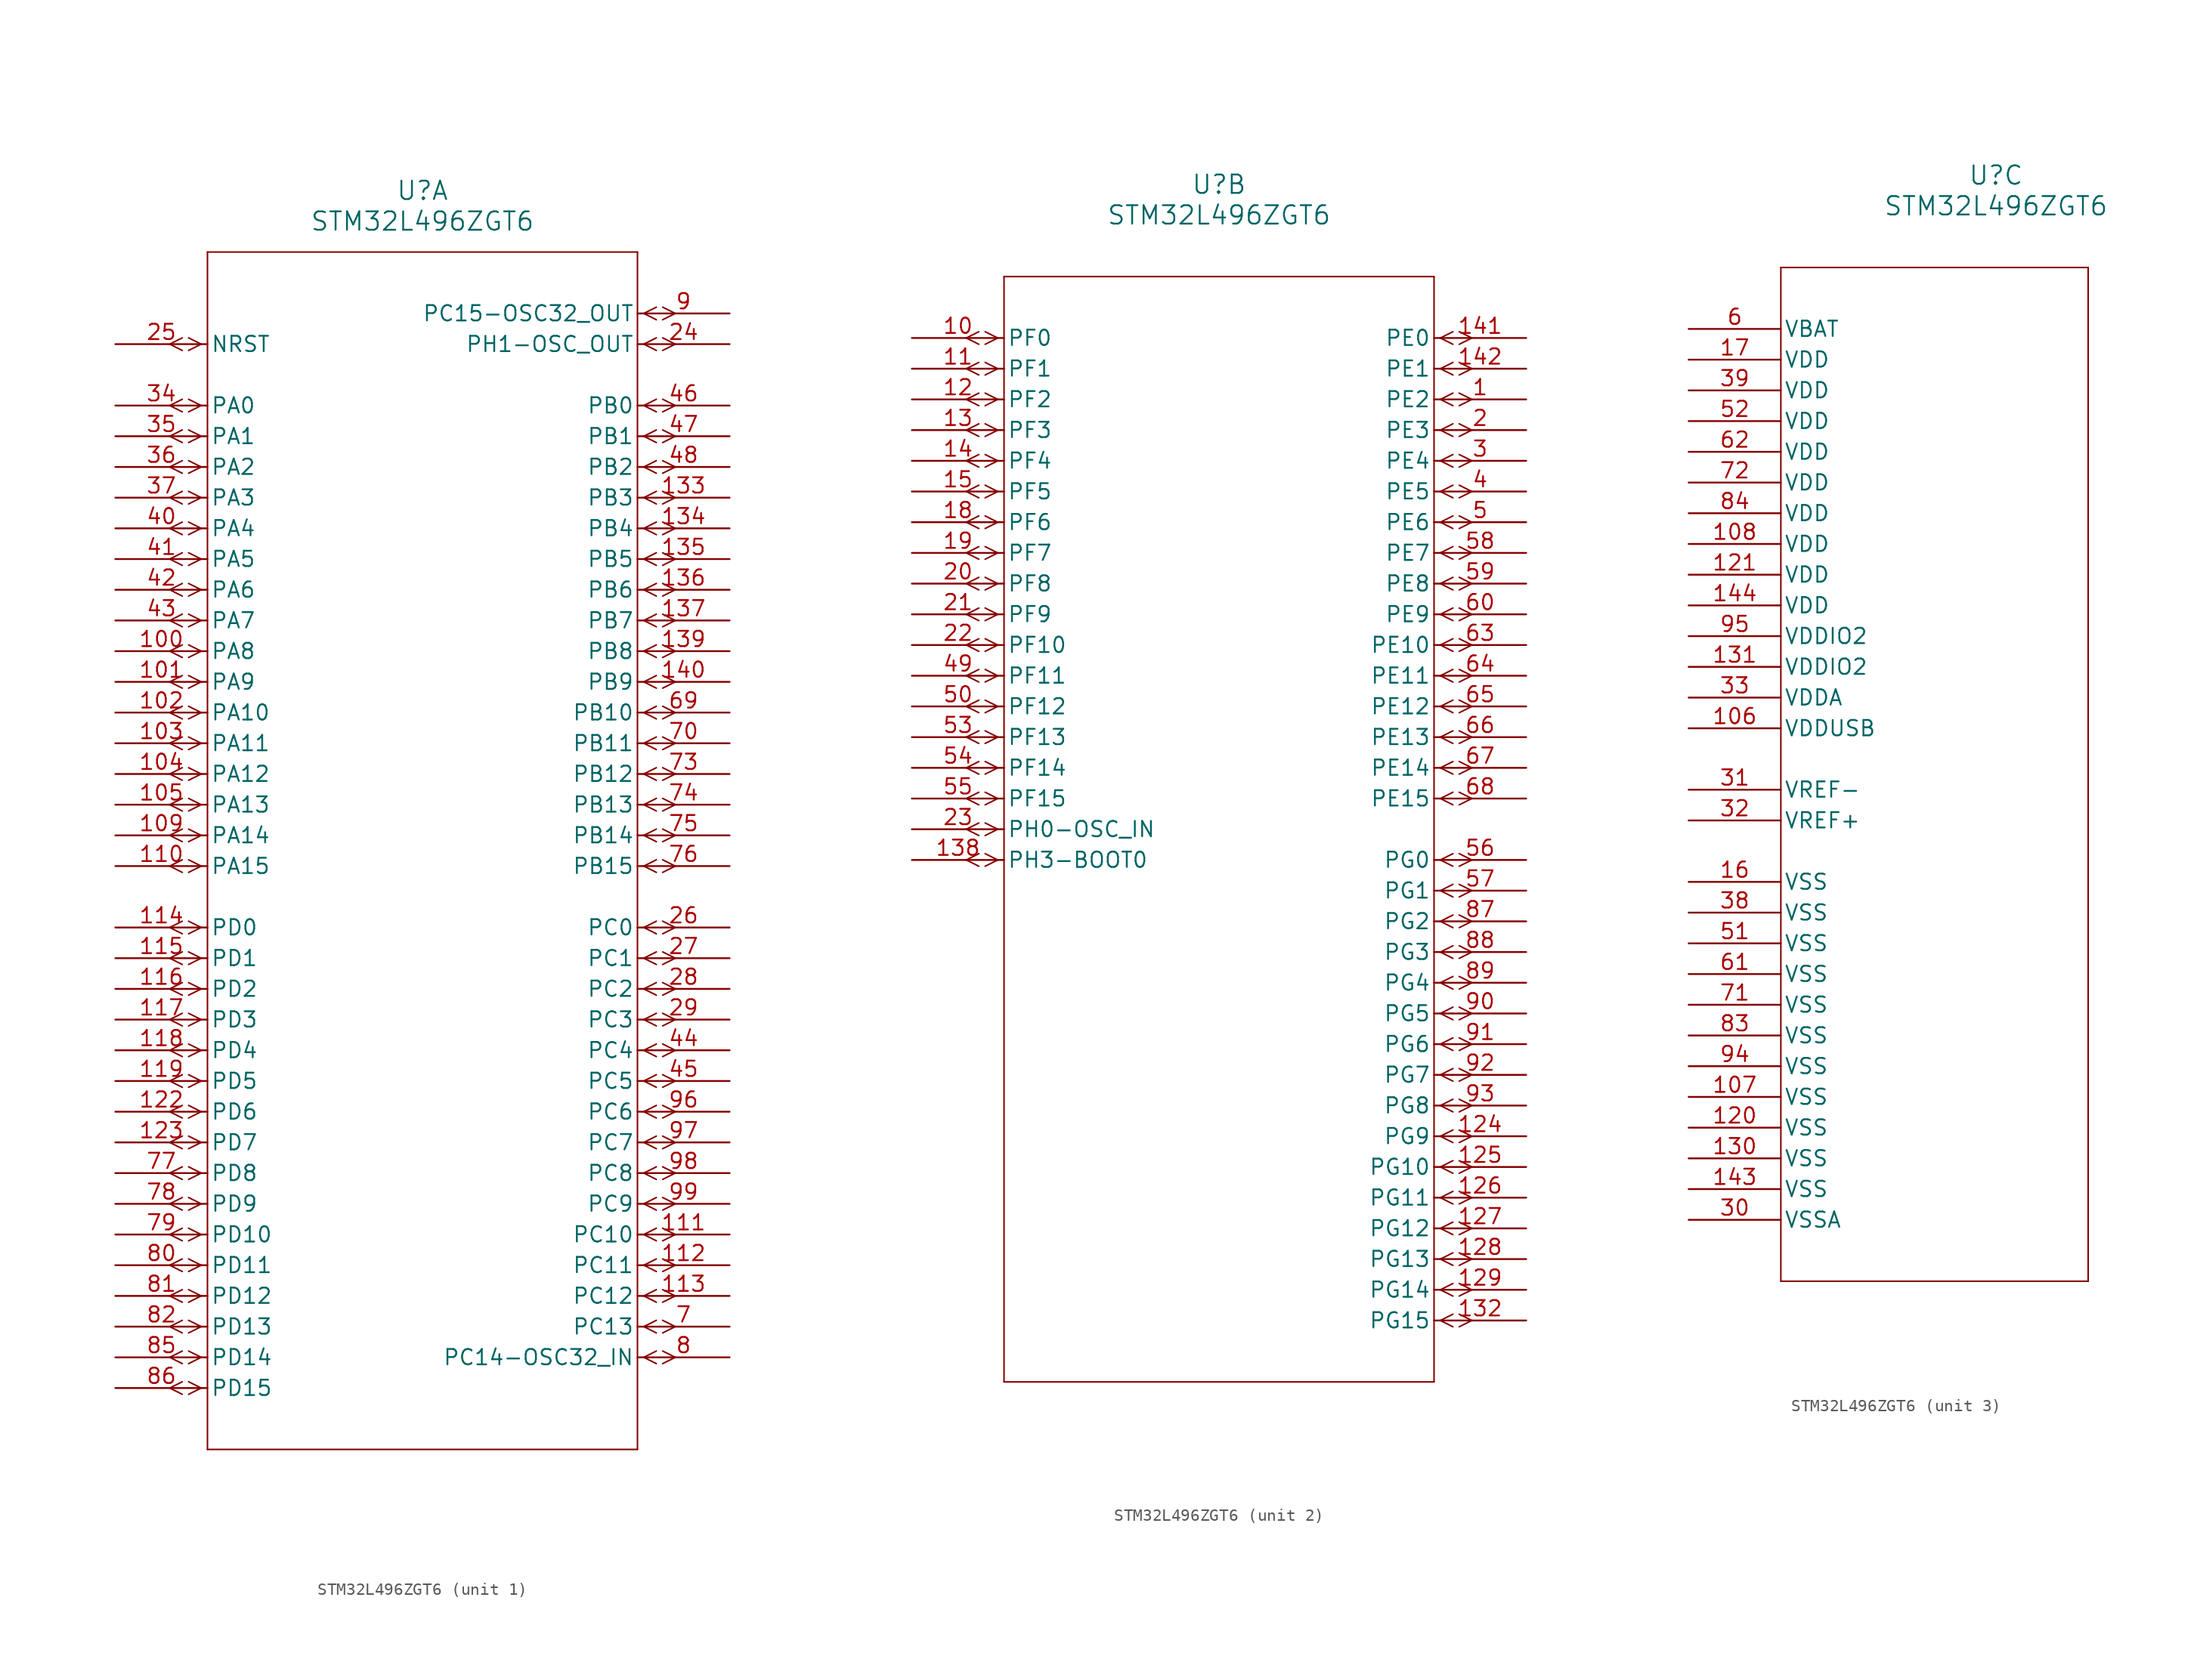
<source format=kicad_sym>
(kicad_symbol_lib
  (version 20231120)
  (generator "kicad_symbol_editor")
  (generator_version "8.0")
  (symbol "STM32L496ZGT6"
    (pin_names
      (offset 0.254))
    (property "Reference" "U"
      (at 25.4 12.7 0)
      (effects (font (size 1.524 1.524))))
    (property "Value" "STM32L496ZGT6"
      (at 25.4 10.16 0)
      (effects (font (size 1.524 1.524))))
    (property "ki_locked" ""
      (at 0 0 0)
      (effects (font (size 1.27 1.27))))
    (symbol "STM32L496ZGT6_1_1"
      (polyline (pts (xy 5.537 -86.881) (xy 4.496 -86.36)) (stroke (width 0.127) (type default)) (fill (type none)))
      (polyline (pts (xy 5.537 -85.839) (xy 4.496 -86.36)) (stroke (width 0.127) (type default)) (fill (type none)))
      (polyline (pts (xy 5.537 -84.341) (xy 4.496 -83.82)) (stroke (width 0.127) (type default)) (fill (type none)))
      (polyline (pts (xy 5.537 -83.299) (xy 4.496 -83.82)) (stroke (width 0.127) (type default)) (fill (type none)))
      (polyline (pts (xy 5.537 -81.801) (xy 4.496 -81.28)) (stroke (width 0.127) (type default)) (fill (type none)))
      (polyline (pts (xy 5.537 -80.759) (xy 4.496 -81.28)) (stroke (width 0.127) (type default)) (fill (type none)))
      (polyline (pts (xy 5.537 -79.261) (xy 4.496 -78.74)) (stroke (width 0.127) (type default)) (fill (type none)))
      (polyline (pts (xy 5.537 -78.219) (xy 4.496 -78.74)) (stroke (width 0.127) (type default)) (fill (type none)))
      (polyline (pts (xy 5.537 -76.721) (xy 4.496 -76.2)) (stroke (width 0.127) (type default)) (fill (type none)))
      (polyline (pts (xy 5.537 -75.679) (xy 4.496 -76.2)) (stroke (width 0.127) (type default)) (fill (type none)))
      (polyline (pts (xy 5.537 -74.181) (xy 4.496 -73.66)) (stroke (width 0.127) (type default)) (fill (type none)))
      (polyline (pts (xy 5.537 -73.139) (xy 4.496 -73.66)) (stroke (width 0.127) (type default)) (fill (type none)))
      (polyline (pts (xy 5.537 -71.641) (xy 4.496 -71.12)) (stroke (width 0.127) (type default)) (fill (type none)))
      (polyline (pts (xy 5.537 -70.599) (xy 4.496 -71.12)) (stroke (width 0.127) (type default)) (fill (type none)))
      (polyline (pts (xy 5.537 -69.101) (xy 4.496 -68.58)) (stroke (width 0.127) (type default)) (fill (type none)))
      (polyline (pts (xy 5.537 -68.059) (xy 4.496 -68.58)) (stroke (width 0.127) (type default)) (fill (type none)))
      (polyline (pts (xy 5.537 -66.561) (xy 4.496 -66.04)) (stroke (width 0.127) (type default)) (fill (type none)))
      (polyline (pts (xy 5.537 -65.519) (xy 4.496 -66.04)) (stroke (width 0.127) (type default)) (fill (type none)))
      (polyline (pts (xy 5.537 -64.021) (xy 4.496 -63.5)) (stroke (width 0.127) (type default)) (fill (type none)))
      (polyline (pts (xy 5.537 -62.979) (xy 4.496 -63.5)) (stroke (width 0.127) (type default)) (fill (type none)))
      (polyline (pts (xy 5.537 -61.481) (xy 4.496 -60.96)) (stroke (width 0.127) (type default)) (fill (type none)))
      (polyline (pts (xy 5.537 -60.439) (xy 4.496 -60.96)) (stroke (width 0.127) (type default)) (fill (type none)))
      (polyline (pts (xy 5.537 -58.941) (xy 4.496 -58.42)) (stroke (width 0.127) (type default)) (fill (type none)))
      (polyline (pts (xy 5.537 -57.899) (xy 4.496 -58.42)) (stroke (width 0.127) (type default)) (fill (type none)))
      (polyline (pts (xy 5.537 -56.401) (xy 4.496 -55.88)) (stroke (width 0.127) (type default)) (fill (type none)))
      (polyline (pts (xy 5.537 -55.359) (xy 4.496 -55.88)) (stroke (width 0.127) (type default)) (fill (type none)))
      (polyline (pts (xy 5.537 -53.861) (xy 4.496 -53.34)) (stroke (width 0.127) (type default)) (fill (type none)))
      (polyline (pts (xy 5.537 -52.819) (xy 4.496 -53.34)) (stroke (width 0.127) (type default)) (fill (type none)))
      (polyline (pts (xy 5.537 -51.321) (xy 4.496 -50.8)) (stroke (width 0.127) (type default)) (fill (type none)))
      (polyline (pts (xy 5.537 -50.279) (xy 4.496 -50.8)) (stroke (width 0.127) (type default)) (fill (type none)))
      (polyline (pts (xy 5.537 -48.781) (xy 4.496 -48.26)) (stroke (width 0.127) (type default)) (fill (type none)))
      (polyline (pts (xy 5.537 -47.739) (xy 4.496 -48.26)) (stroke (width 0.127) (type default)) (fill (type none)))
      (polyline (pts (xy 5.537 -43.701) (xy 4.496 -43.18)) (stroke (width 0.127) (type default)) (fill (type none)))
      (polyline (pts (xy 5.537 -42.659) (xy 4.496 -43.18)) (stroke (width 0.127) (type default)) (fill (type none)))
      (polyline (pts (xy 5.537 -41.161) (xy 4.496 -40.64)) (stroke (width 0.127) (type default)) (fill (type none)))
      (polyline (pts (xy 5.537 -40.119) (xy 4.496 -40.64)) (stroke (width 0.127) (type default)) (fill (type none)))
      (polyline (pts (xy 5.537 -38.621) (xy 4.496 -38.1)) (stroke (width 0.127) (type default)) (fill (type none)))
      (polyline (pts (xy 5.537 -37.579) (xy 4.496 -38.1)) (stroke (width 0.127) (type default)) (fill (type none)))
      (polyline (pts (xy 5.537 -36.081) (xy 4.496 -35.56)) (stroke (width 0.127) (type default)) (fill (type none)))
      (polyline (pts (xy 5.537 -35.039) (xy 4.496 -35.56)) (stroke (width 0.127) (type default)) (fill (type none)))
      (polyline (pts (xy 5.537 -33.541) (xy 4.496 -33.02)) (stroke (width 0.127) (type default)) (fill (type none)))
      (polyline (pts (xy 5.537 -32.499) (xy 4.496 -33.02)) (stroke (width 0.127) (type default)) (fill (type none)))
      (polyline (pts (xy 5.537 -31.001) (xy 4.496 -30.48)) (stroke (width 0.127) (type default)) (fill (type none)))
      (polyline (pts (xy 5.537 -29.959) (xy 4.496 -30.48)) (stroke (width 0.127) (type default)) (fill (type none)))
      (polyline (pts (xy 5.537 -28.461) (xy 4.496 -27.94)) (stroke (width 0.127) (type default)) (fill (type none)))
      (polyline (pts (xy 5.537 -27.419) (xy 4.496 -27.94)) (stroke (width 0.127) (type default)) (fill (type none)))
      (polyline (pts (xy 5.537 -25.921) (xy 4.496 -25.4)) (stroke (width 0.127) (type default)) (fill (type none)))
      (polyline (pts (xy 5.537 -24.879) (xy 4.496 -25.4)) (stroke (width 0.127) (type default)) (fill (type none)))
      (polyline (pts (xy 5.537 -23.381) (xy 4.496 -22.86)) (stroke (width 0.127) (type default)) (fill (type none)))
      (polyline (pts (xy 5.537 -22.339) (xy 4.496 -22.86)) (stroke (width 0.127) (type default)) (fill (type none)))
      (polyline (pts (xy 5.537 -20.841) (xy 4.496 -20.32)) (stroke (width 0.127) (type default)) (fill (type none)))
      (polyline (pts (xy 5.537 -19.799) (xy 4.496 -20.32)) (stroke (width 0.127) (type default)) (fill (type none)))
      (polyline (pts (xy 5.537 -18.301) (xy 4.496 -17.78)) (stroke (width 0.127) (type default)) (fill (type none)))
      (polyline (pts (xy 5.537 -17.259) (xy 4.496 -17.78)) (stroke (width 0.127) (type default)) (fill (type none)))
      (polyline (pts (xy 5.537 -15.761) (xy 4.496 -15.24)) (stroke (width 0.127) (type default)) (fill (type none)))
      (polyline (pts (xy 5.537 -14.719) (xy 4.496 -15.24)) (stroke (width 0.127) (type default)) (fill (type none)))
      (polyline (pts (xy 5.537 -13.221) (xy 4.496 -12.7)) (stroke (width 0.127) (type default)) (fill (type none)))
      (polyline (pts (xy 5.537 -12.179) (xy 4.496 -12.7)) (stroke (width 0.127) (type default)) (fill (type none)))
      (polyline (pts (xy 5.537 -10.681) (xy 4.496 -10.16)) (stroke (width 0.127) (type default)) (fill (type none)))
      (polyline (pts (xy 5.537 -9.639) (xy 4.496 -10.16)) (stroke (width 0.127) (type default)) (fill (type none)))
      (polyline (pts (xy 5.537 -8.141) (xy 4.496 -7.62)) (stroke (width 0.127) (type default)) (fill (type none)))
      (polyline (pts (xy 5.537 -7.099) (xy 4.496 -7.62)) (stroke (width 0.127) (type default)) (fill (type none)))
      (polyline (pts (xy 5.537 -5.601) (xy 4.496 -5.08)) (stroke (width 0.127) (type default)) (fill (type none)))
      (polyline (pts (xy 5.537 -4.559) (xy 4.496 -5.08)) (stroke (width 0.127) (type default)) (fill (type none)))
      (polyline (pts (xy 5.537 -0.521) (xy 4.496 0)) (stroke (width 0.127) (type default)) (fill (type none)))
      (polyline (pts (xy 5.537 0.521) (xy 4.496 0)) (stroke (width 0.127) (type default)) (fill (type none)))
      (polyline (pts (xy 7.099 -86.36) (xy 6.058 -86.881)) (stroke (width 0.127) (type default)) (fill (type none)))
      (polyline (pts (xy 7.099 -86.36) (xy 6.058 -85.839)) (stroke (width 0.127) (type default)) (fill (type none)))
      (polyline (pts (xy 7.099 -83.82) (xy 6.058 -84.341)) (stroke (width 0.127) (type default)) (fill (type none)))
      (polyline (pts (xy 7.099 -83.82) (xy 6.058 -83.299)) (stroke (width 0.127) (type default)) (fill (type none)))
      (polyline (pts (xy 7.099 -81.28) (xy 6.058 -81.801)) (stroke (width 0.127) (type default)) (fill (type none)))
      (polyline (pts (xy 7.099 -81.28) (xy 6.058 -80.759)) (stroke (width 0.127) (type default)) (fill (type none)))
      (polyline (pts (xy 7.099 -78.74) (xy 6.058 -79.261)) (stroke (width 0.127) (type default)) (fill (type none)))
      (polyline (pts (xy 7.099 -78.74) (xy 6.058 -78.219)) (stroke (width 0.127) (type default)) (fill (type none)))
      (polyline (pts (xy 7.099 -76.2) (xy 6.058 -76.721)) (stroke (width 0.127) (type default)) (fill (type none)))
      (polyline (pts (xy 7.099 -76.2) (xy 6.058 -75.679)) (stroke (width 0.127) (type default)) (fill (type none)))
      (polyline (pts (xy 7.099 -73.66) (xy 6.058 -74.181)) (stroke (width 0.127) (type default)) (fill (type none)))
      (polyline (pts (xy 7.099 -73.66) (xy 6.058 -73.139)) (stroke (width 0.127) (type default)) (fill (type none)))
      (polyline (pts (xy 7.099 -71.12) (xy 6.058 -71.641)) (stroke (width 0.127) (type default)) (fill (type none)))
      (polyline (pts (xy 7.099 -71.12) (xy 6.058 -70.599)) (stroke (width 0.127) (type default)) (fill (type none)))
      (polyline (pts (xy 7.099 -68.58) (xy 6.058 -69.101)) (stroke (width 0.127) (type default)) (fill (type none)))
      (polyline (pts (xy 7.099 -68.58) (xy 6.058 -68.059)) (stroke (width 0.127) (type default)) (fill (type none)))
      (polyline (pts (xy 7.099 -66.04) (xy 6.058 -66.561)) (stroke (width 0.127) (type default)) (fill (type none)))
      (polyline (pts (xy 7.099 -66.04) (xy 6.058 -65.519)) (stroke (width 0.127) (type default)) (fill (type none)))
      (polyline (pts (xy 7.099 -63.5) (xy 6.058 -64.021)) (stroke (width 0.127) (type default)) (fill (type none)))
      (polyline (pts (xy 7.099 -63.5) (xy 6.058 -62.979)) (stroke (width 0.127) (type default)) (fill (type none)))
      (polyline (pts (xy 7.099 -60.96) (xy 6.058 -61.481)) (stroke (width 0.127) (type default)) (fill (type none)))
      (polyline (pts (xy 7.099 -60.96) (xy 6.058 -60.439)) (stroke (width 0.127) (type default)) (fill (type none)))
      (polyline (pts (xy 7.099 -58.42) (xy 6.058 -58.941)) (stroke (width 0.127) (type default)) (fill (type none)))
      (polyline (pts (xy 7.099 -58.42) (xy 6.058 -57.899)) (stroke (width 0.127) (type default)) (fill (type none)))
      (polyline (pts (xy 7.099 -55.88) (xy 6.058 -56.401)) (stroke (width 0.127) (type default)) (fill (type none)))
      (polyline (pts (xy 7.099 -55.88) (xy 6.058 -55.359)) (stroke (width 0.127) (type default)) (fill (type none)))
      (polyline (pts (xy 7.099 -53.34) (xy 6.058 -53.861)) (stroke (width 0.127) (type default)) (fill (type none)))
      (polyline (pts (xy 7.099 -53.34) (xy 6.058 -52.819)) (stroke (width 0.127) (type default)) (fill (type none)))
      (polyline (pts (xy 7.099 -50.8) (xy 6.058 -51.321)) (stroke (width 0.127) (type default)) (fill (type none)))
      (polyline (pts (xy 7.099 -50.8) (xy 6.058 -50.279)) (stroke (width 0.127) (type default)) (fill (type none)))
      (polyline (pts (xy 7.099 -48.26) (xy 6.058 -48.781)) (stroke (width 0.127) (type default)) (fill (type none)))
      (polyline (pts (xy 7.099 -48.26) (xy 6.058 -47.739)) (stroke (width 0.127) (type default)) (fill (type none)))
      (polyline (pts (xy 7.099 -43.18) (xy 6.058 -43.701)) (stroke (width 0.127) (type default)) (fill (type none)))
      (polyline (pts (xy 7.099 -43.18) (xy 6.058 -42.659)) (stroke (width 0.127) (type default)) (fill (type none)))
      (polyline (pts (xy 7.099 -40.64) (xy 6.058 -41.161)) (stroke (width 0.127) (type default)) (fill (type none)))
      (polyline (pts (xy 7.099 -40.64) (xy 6.058 -40.119)) (stroke (width 0.127) (type default)) (fill (type none)))
      (polyline (pts (xy 7.099 -38.1) (xy 6.058 -38.621)) (stroke (width 0.127) (type default)) (fill (type none)))
      (polyline (pts (xy 7.099 -38.1) (xy 6.058 -37.579)) (stroke (width 0.127) (type default)) (fill (type none)))
      (polyline (pts (xy 7.099 -35.56) (xy 6.058 -36.081)) (stroke (width 0.127) (type default)) (fill (type none)))
      (polyline (pts (xy 7.099 -35.56) (xy 6.058 -35.039)) (stroke (width 0.127) (type default)) (fill (type none)))
      (polyline (pts (xy 7.099 -33.02) (xy 6.058 -33.541)) (stroke (width 0.127) (type default)) (fill (type none)))
      (polyline (pts (xy 7.099 -33.02) (xy 6.058 -32.499)) (stroke (width 0.127) (type default)) (fill (type none)))
      (polyline (pts (xy 7.099 -30.48) (xy 6.058 -31.001)) (stroke (width 0.127) (type default)) (fill (type none)))
      (polyline (pts (xy 7.099 -30.48) (xy 6.058 -29.959)) (stroke (width 0.127) (type default)) (fill (type none)))
      (polyline (pts (xy 7.099 -27.94) (xy 6.058 -28.461)) (stroke (width 0.127) (type default)) (fill (type none)))
      (polyline (pts (xy 7.099 -27.94) (xy 6.058 -27.419)) (stroke (width 0.127) (type default)) (fill (type none)))
      (polyline (pts (xy 7.099 -25.4) (xy 6.058 -25.921)) (stroke (width 0.127) (type default)) (fill (type none)))
      (polyline (pts (xy 7.099 -25.4) (xy 6.058 -24.879)) (stroke (width 0.127) (type default)) (fill (type none)))
      (polyline (pts (xy 7.099 -22.86) (xy 6.058 -23.381)) (stroke (width 0.127) (type default)) (fill (type none)))
      (polyline (pts (xy 7.099 -22.86) (xy 6.058 -22.339)) (stroke (width 0.127) (type default)) (fill (type none)))
      (polyline (pts (xy 7.099 -20.32) (xy 6.058 -20.841)) (stroke (width 0.127) (type default)) (fill (type none)))
      (polyline (pts (xy 7.099 -20.32) (xy 6.058 -19.799)) (stroke (width 0.127) (type default)) (fill (type none)))
      (polyline (pts (xy 7.099 -17.78) (xy 6.058 -18.301)) (stroke (width 0.127) (type default)) (fill (type none)))
      (polyline (pts (xy 7.099 -17.78) (xy 6.058 -17.259)) (stroke (width 0.127) (type default)) (fill (type none)))
      (polyline (pts (xy 7.099 -15.24) (xy 6.058 -15.761)) (stroke (width 0.127) (type default)) (fill (type none)))
      (polyline (pts (xy 7.099 -15.24) (xy 6.058 -14.719)) (stroke (width 0.127) (type default)) (fill (type none)))
      (polyline (pts (xy 7.099 -12.7) (xy 6.058 -13.221)) (stroke (width 0.127) (type default)) (fill (type none)))
      (polyline (pts (xy 7.099 -12.7) (xy 6.058 -12.179)) (stroke (width 0.127) (type default)) (fill (type none)))
      (polyline (pts (xy 7.099 -10.16) (xy 6.058 -10.681)) (stroke (width 0.127) (type default)) (fill (type none)))
      (polyline (pts (xy 7.099 -10.16) (xy 6.058 -9.639)) (stroke (width 0.127) (type default)) (fill (type none)))
      (polyline (pts (xy 7.099 -7.62) (xy 6.058 -8.141)) (stroke (width 0.127) (type default)) (fill (type none)))
      (polyline (pts (xy 7.099 -7.62) (xy 6.058 -7.099)) (stroke (width 0.127) (type default)) (fill (type none)))
      (polyline (pts (xy 7.099 -5.08) (xy 6.058 -5.601)) (stroke (width 0.127) (type default)) (fill (type none)))
      (polyline (pts (xy 7.099 -5.08) (xy 6.058 -4.559)) (stroke (width 0.127) (type default)) (fill (type none)))
      (polyline (pts (xy 7.099 0) (xy 6.058 -0.521)) (stroke (width 0.127) (type default)) (fill (type none)))
      (polyline (pts (xy 7.099 0) (xy 6.058 0.521)) (stroke (width 0.127) (type default)) (fill (type none)))
      (polyline (pts (xy 7.62 -91.44) (xy 43.18 -91.44)) (stroke (width 0.127) (type default)) (fill (type none)))
      (polyline (pts (xy 7.62 7.62) (xy 7.62 -91.44)) (stroke (width 0.127) (type default)) (fill (type none)))
      (polyline (pts (xy 43.18 -91.44) (xy 43.18 7.62)) (stroke (width 0.127) (type default)) (fill (type none)))
      (polyline (pts (xy 43.18 7.62) (xy 7.62 7.62)) (stroke (width 0.127) (type default)) (fill (type none)))
      (polyline (pts (xy 43.701 -83.82) (xy 44.742 -84.341)) (stroke (width 0.127) (type default)) (fill (type none)))
      (polyline (pts (xy 43.701 -83.82) (xy 44.742 -83.299)) (stroke (width 0.127) (type default)) (fill (type none)))
      (polyline (pts (xy 43.701 -81.28) (xy 44.742 -81.801)) (stroke (width 0.127) (type default)) (fill (type none)))
      (polyline (pts (xy 43.701 -81.28) (xy 44.742 -80.759)) (stroke (width 0.127) (type default)) (fill (type none)))
      (polyline (pts (xy 43.701 -78.74) (xy 44.742 -79.261)) (stroke (width 0.127) (type default)) (fill (type none)))
      (polyline (pts (xy 43.701 -78.74) (xy 44.742 -78.219)) (stroke (width 0.127) (type default)) (fill (type none)))
      (polyline (pts (xy 43.701 -76.2) (xy 44.742 -76.721)) (stroke (width 0.127) (type default)) (fill (type none)))
      (polyline (pts (xy 43.701 -76.2) (xy 44.742 -75.679)) (stroke (width 0.127) (type default)) (fill (type none)))
      (polyline (pts (xy 43.701 -73.66) (xy 44.742 -74.181)) (stroke (width 0.127) (type default)) (fill (type none)))
      (polyline (pts (xy 43.701 -73.66) (xy 44.742 -73.139)) (stroke (width 0.127) (type default)) (fill (type none)))
      (polyline (pts (xy 43.701 -71.12) (xy 44.742 -71.641)) (stroke (width 0.127) (type default)) (fill (type none)))
      (polyline (pts (xy 43.701 -71.12) (xy 44.742 -70.599)) (stroke (width 0.127) (type default)) (fill (type none)))
      (polyline (pts (xy 43.701 -68.58) (xy 44.742 -69.101)) (stroke (width 0.127) (type default)) (fill (type none)))
      (polyline (pts (xy 43.701 -68.58) (xy 44.742 -68.059)) (stroke (width 0.127) (type default)) (fill (type none)))
      (polyline (pts (xy 43.701 -66.04) (xy 44.742 -66.561)) (stroke (width 0.127) (type default)) (fill (type none)))
      (polyline (pts (xy 43.701 -66.04) (xy 44.742 -65.519)) (stroke (width 0.127) (type default)) (fill (type none)))
      (polyline (pts (xy 43.701 -63.5) (xy 44.742 -64.021)) (stroke (width 0.127) (type default)) (fill (type none)))
      (polyline (pts (xy 43.701 -63.5) (xy 44.742 -62.979)) (stroke (width 0.127) (type default)) (fill (type none)))
      (polyline (pts (xy 43.701 -60.96) (xy 44.742 -61.481)) (stroke (width 0.127) (type default)) (fill (type none)))
      (polyline (pts (xy 43.701 -60.96) (xy 44.742 -60.439)) (stroke (width 0.127) (type default)) (fill (type none)))
      (polyline (pts (xy 43.701 -58.42) (xy 44.742 -58.941)) (stroke (width 0.127) (type default)) (fill (type none)))
      (polyline (pts (xy 43.701 -58.42) (xy 44.742 -57.899)) (stroke (width 0.127) (type default)) (fill (type none)))
      (polyline (pts (xy 43.701 -55.88) (xy 44.742 -56.401)) (stroke (width 0.127) (type default)) (fill (type none)))
      (polyline (pts (xy 43.701 -55.88) (xy 44.742 -55.359)) (stroke (width 0.127) (type default)) (fill (type none)))
      (polyline (pts (xy 43.701 -53.34) (xy 44.742 -53.861)) (stroke (width 0.127) (type default)) (fill (type none)))
      (polyline (pts (xy 43.701 -53.34) (xy 44.742 -52.819)) (stroke (width 0.127) (type default)) (fill (type none)))
      (polyline (pts (xy 43.701 -50.8) (xy 44.742 -51.321)) (stroke (width 0.127) (type default)) (fill (type none)))
      (polyline (pts (xy 43.701 -50.8) (xy 44.742 -50.279)) (stroke (width 0.127) (type default)) (fill (type none)))
      (polyline (pts (xy 43.701 -48.26) (xy 44.742 -48.781)) (stroke (width 0.127) (type default)) (fill (type none)))
      (polyline (pts (xy 43.701 -48.26) (xy 44.742 -47.739)) (stroke (width 0.127) (type default)) (fill (type none)))
      (polyline (pts (xy 43.701 -43.18) (xy 44.742 -43.701)) (stroke (width 0.127) (type default)) (fill (type none)))
      (polyline (pts (xy 43.701 -43.18) (xy 44.742 -42.659)) (stroke (width 0.127) (type default)) (fill (type none)))
      (polyline (pts (xy 43.701 -40.64) (xy 44.742 -41.161)) (stroke (width 0.127) (type default)) (fill (type none)))
      (polyline (pts (xy 43.701 -40.64) (xy 44.742 -40.119)) (stroke (width 0.127) (type default)) (fill (type none)))
      (polyline (pts (xy 43.701 -38.1) (xy 44.742 -38.621)) (stroke (width 0.127) (type default)) (fill (type none)))
      (polyline (pts (xy 43.701 -38.1) (xy 44.742 -37.579)) (stroke (width 0.127) (type default)) (fill (type none)))
      (polyline (pts (xy 43.701 -35.56) (xy 44.742 -36.081)) (stroke (width 0.127) (type default)) (fill (type none)))
      (polyline (pts (xy 43.701 -35.56) (xy 44.742 -35.039)) (stroke (width 0.127) (type default)) (fill (type none)))
      (polyline (pts (xy 43.701 -33.02) (xy 44.742 -33.541)) (stroke (width 0.127) (type default)) (fill (type none)))
      (polyline (pts (xy 43.701 -33.02) (xy 44.742 -32.499)) (stroke (width 0.127) (type default)) (fill (type none)))
      (polyline (pts (xy 43.701 -30.48) (xy 44.742 -31.001)) (stroke (width 0.127) (type default)) (fill (type none)))
      (polyline (pts (xy 43.701 -30.48) (xy 44.742 -29.959)) (stroke (width 0.127) (type default)) (fill (type none)))
      (polyline (pts (xy 43.701 -27.94) (xy 44.742 -28.461)) (stroke (width 0.127) (type default)) (fill (type none)))
      (polyline (pts (xy 43.701 -27.94) (xy 44.742 -27.419)) (stroke (width 0.127) (type default)) (fill (type none)))
      (polyline (pts (xy 43.701 -25.4) (xy 44.742 -25.921)) (stroke (width 0.127) (type default)) (fill (type none)))
      (polyline (pts (xy 43.701 -25.4) (xy 44.742 -24.879)) (stroke (width 0.127) (type default)) (fill (type none)))
      (polyline (pts (xy 43.701 -22.86) (xy 44.742 -23.381)) (stroke (width 0.127) (type default)) (fill (type none)))
      (polyline (pts (xy 43.701 -22.86) (xy 44.742 -22.339)) (stroke (width 0.127) (type default)) (fill (type none)))
      (polyline (pts (xy 43.701 -20.32) (xy 44.742 -20.841)) (stroke (width 0.127) (type default)) (fill (type none)))
      (polyline (pts (xy 43.701 -20.32) (xy 44.742 -19.799)) (stroke (width 0.127) (type default)) (fill (type none)))
      (polyline (pts (xy 43.701 -17.78) (xy 44.742 -18.301)) (stroke (width 0.127) (type default)) (fill (type none)))
      (polyline (pts (xy 43.701 -17.78) (xy 44.742 -17.259)) (stroke (width 0.127) (type default)) (fill (type none)))
      (polyline (pts (xy 43.701 -15.24) (xy 44.742 -15.761)) (stroke (width 0.127) (type default)) (fill (type none)))
      (polyline (pts (xy 43.701 -15.24) (xy 44.742 -14.719)) (stroke (width 0.127) (type default)) (fill (type none)))
      (polyline (pts (xy 43.701 -12.7) (xy 44.742 -13.221)) (stroke (width 0.127) (type default)) (fill (type none)))
      (polyline (pts (xy 43.701 -12.7) (xy 44.742 -12.179)) (stroke (width 0.127) (type default)) (fill (type none)))
      (polyline (pts (xy 43.701 -10.16) (xy 44.742 -10.681)) (stroke (width 0.127) (type default)) (fill (type none)))
      (polyline (pts (xy 43.701 -10.16) (xy 44.742 -9.639)) (stroke (width 0.127) (type default)) (fill (type none)))
      (polyline (pts (xy 43.701 -7.62) (xy 44.742 -8.141)) (stroke (width 0.127) (type default)) (fill (type none)))
      (polyline (pts (xy 43.701 -7.62) (xy 44.742 -7.099)) (stroke (width 0.127) (type default)) (fill (type none)))
      (polyline (pts (xy 43.701 -5.08) (xy 44.742 -5.601)) (stroke (width 0.127) (type default)) (fill (type none)))
      (polyline (pts (xy 43.701 -5.08) (xy 44.742 -4.559)) (stroke (width 0.127) (type default)) (fill (type none)))
      (polyline (pts (xy 43.701 0) (xy 44.742 -0.521)) (stroke (width 0.127) (type default)) (fill (type none)))
      (polyline (pts (xy 43.701 0) (xy 44.742 0.521)) (stroke (width 0.127) (type default)) (fill (type none)))
      (polyline (pts (xy 43.701 2.54) (xy 44.742 2.019)) (stroke (width 0.127) (type default)) (fill (type none)))
      (polyline (pts (xy 43.701 2.54) (xy 44.742 3.061)) (stroke (width 0.127) (type default)) (fill (type none)))
      (polyline (pts (xy 45.263 -84.341) (xy 46.304 -83.82)) (stroke (width 0.127) (type default)) (fill (type none)))
      (polyline (pts (xy 45.263 -83.299) (xy 46.304 -83.82)) (stroke (width 0.127) (type default)) (fill (type none)))
      (polyline (pts (xy 45.263 -81.801) (xy 46.304 -81.28)) (stroke (width 0.127) (type default)) (fill (type none)))
      (polyline (pts (xy 45.263 -80.759) (xy 46.304 -81.28)) (stroke (width 0.127) (type default)) (fill (type none)))
      (polyline (pts (xy 45.263 -79.261) (xy 46.304 -78.74)) (stroke (width 0.127) (type default)) (fill (type none)))
      (polyline (pts (xy 45.263 -78.219) (xy 46.304 -78.74)) (stroke (width 0.127) (type default)) (fill (type none)))
      (polyline (pts (xy 45.263 -76.721) (xy 46.304 -76.2)) (stroke (width 0.127) (type default)) (fill (type none)))
      (polyline (pts (xy 45.263 -75.679) (xy 46.304 -76.2)) (stroke (width 0.127) (type default)) (fill (type none)))
      (polyline (pts (xy 45.263 -74.181) (xy 46.304 -73.66)) (stroke (width 0.127) (type default)) (fill (type none)))
      (polyline (pts (xy 45.263 -73.139) (xy 46.304 -73.66)) (stroke (width 0.127) (type default)) (fill (type none)))
      (polyline (pts (xy 45.263 -71.641) (xy 46.304 -71.12)) (stroke (width 0.127) (type default)) (fill (type none)))
      (polyline (pts (xy 45.263 -70.599) (xy 46.304 -71.12)) (stroke (width 0.127) (type default)) (fill (type none)))
      (polyline (pts (xy 45.263 -69.101) (xy 46.304 -68.58)) (stroke (width 0.127) (type default)) (fill (type none)))
      (polyline (pts (xy 45.263 -68.059) (xy 46.304 -68.58)) (stroke (width 0.127) (type default)) (fill (type none)))
      (polyline (pts (xy 45.263 -66.561) (xy 46.304 -66.04)) (stroke (width 0.127) (type default)) (fill (type none)))
      (polyline (pts (xy 45.263 -65.519) (xy 46.304 -66.04)) (stroke (width 0.127) (type default)) (fill (type none)))
      (polyline (pts (xy 45.263 -64.021) (xy 46.304 -63.5)) (stroke (width 0.127) (type default)) (fill (type none)))
      (polyline (pts (xy 45.263 -62.979) (xy 46.304 -63.5)) (stroke (width 0.127) (type default)) (fill (type none)))
      (polyline (pts (xy 45.263 -61.481) (xy 46.304 -60.96)) (stroke (width 0.127) (type default)) (fill (type none)))
      (polyline (pts (xy 45.263 -60.439) (xy 46.304 -60.96)) (stroke (width 0.127) (type default)) (fill (type none)))
      (polyline (pts (xy 45.263 -58.941) (xy 46.304 -58.42)) (stroke (width 0.127) (type default)) (fill (type none)))
      (polyline (pts (xy 45.263 -57.899) (xy 46.304 -58.42)) (stroke (width 0.127) (type default)) (fill (type none)))
      (polyline (pts (xy 45.263 -56.401) (xy 46.304 -55.88)) (stroke (width 0.127) (type default)) (fill (type none)))
      (polyline (pts (xy 45.263 -55.359) (xy 46.304 -55.88)) (stroke (width 0.127) (type default)) (fill (type none)))
      (polyline (pts (xy 45.263 -53.861) (xy 46.304 -53.34)) (stroke (width 0.127) (type default)) (fill (type none)))
      (polyline (pts (xy 45.263 -52.819) (xy 46.304 -53.34)) (stroke (width 0.127) (type default)) (fill (type none)))
      (polyline (pts (xy 45.263 -51.321) (xy 46.304 -50.8)) (stroke (width 0.127) (type default)) (fill (type none)))
      (polyline (pts (xy 45.263 -50.279) (xy 46.304 -50.8)) (stroke (width 0.127) (type default)) (fill (type none)))
      (polyline (pts (xy 45.263 -48.781) (xy 46.304 -48.26)) (stroke (width 0.127) (type default)) (fill (type none)))
      (polyline (pts (xy 45.263 -47.739) (xy 46.304 -48.26)) (stroke (width 0.127) (type default)) (fill (type none)))
      (polyline (pts (xy 45.263 -43.701) (xy 46.304 -43.18)) (stroke (width 0.127) (type default)) (fill (type none)))
      (polyline (pts (xy 45.263 -42.659) (xy 46.304 -43.18)) (stroke (width 0.127) (type default)) (fill (type none)))
      (polyline (pts (xy 45.263 -41.161) (xy 46.304 -40.64)) (stroke (width 0.127) (type default)) (fill (type none)))
      (polyline (pts (xy 45.263 -40.119) (xy 46.304 -40.64)) (stroke (width 0.127) (type default)) (fill (type none)))
      (polyline (pts (xy 45.263 -38.621) (xy 46.304 -38.1)) (stroke (width 0.127) (type default)) (fill (type none)))
      (polyline (pts (xy 45.263 -37.579) (xy 46.304 -38.1)) (stroke (width 0.127) (type default)) (fill (type none)))
      (polyline (pts (xy 45.263 -36.081) (xy 46.304 -35.56)) (stroke (width 0.127) (type default)) (fill (type none)))
      (polyline (pts (xy 45.263 -35.039) (xy 46.304 -35.56)) (stroke (width 0.127) (type default)) (fill (type none)))
      (polyline (pts (xy 45.263 -33.541) (xy 46.304 -33.02)) (stroke (width 0.127) (type default)) (fill (type none)))
      (polyline (pts (xy 45.263 -32.499) (xy 46.304 -33.02)) (stroke (width 0.127) (type default)) (fill (type none)))
      (polyline (pts (xy 45.263 -31.001) (xy 46.304 -30.48)) (stroke (width 0.127) (type default)) (fill (type none)))
      (polyline (pts (xy 45.263 -29.959) (xy 46.304 -30.48)) (stroke (width 0.127) (type default)) (fill (type none)))
      (polyline (pts (xy 45.263 -28.461) (xy 46.304 -27.94)) (stroke (width 0.127) (type default)) (fill (type none)))
      (polyline (pts (xy 45.263 -27.419) (xy 46.304 -27.94)) (stroke (width 0.127) (type default)) (fill (type none)))
      (polyline (pts (xy 45.263 -25.921) (xy 46.304 -25.4)) (stroke (width 0.127) (type default)) (fill (type none)))
      (polyline (pts (xy 45.263 -24.879) (xy 46.304 -25.4)) (stroke (width 0.127) (type default)) (fill (type none)))
      (polyline (pts (xy 45.263 -23.381) (xy 46.304 -22.86)) (stroke (width 0.127) (type default)) (fill (type none)))
      (polyline (pts (xy 45.263 -22.339) (xy 46.304 -22.86)) (stroke (width 0.127) (type default)) (fill (type none)))
      (polyline (pts (xy 45.263 -20.841) (xy 46.304 -20.32)) (stroke (width 0.127) (type default)) (fill (type none)))
      (polyline (pts (xy 45.263 -19.799) (xy 46.304 -20.32)) (stroke (width 0.127) (type default)) (fill (type none)))
      (polyline (pts (xy 45.263 -18.301) (xy 46.304 -17.78)) (stroke (width 0.127) (type default)) (fill (type none)))
      (polyline (pts (xy 45.263 -17.259) (xy 46.304 -17.78)) (stroke (width 0.127) (type default)) (fill (type none)))
      (polyline (pts (xy 45.263 -15.761) (xy 46.304 -15.24)) (stroke (width 0.127) (type default)) (fill (type none)))
      (polyline (pts (xy 45.263 -14.719) (xy 46.304 -15.24)) (stroke (width 0.127) (type default)) (fill (type none)))
      (polyline (pts (xy 45.263 -13.221) (xy 46.304 -12.7)) (stroke (width 0.127) (type default)) (fill (type none)))
      (polyline (pts (xy 45.263 -12.179) (xy 46.304 -12.7)) (stroke (width 0.127) (type default)) (fill (type none)))
      (polyline (pts (xy 45.263 -10.681) (xy 46.304 -10.16)) (stroke (width 0.127) (type default)) (fill (type none)))
      (polyline (pts (xy 45.263 -9.639) (xy 46.304 -10.16)) (stroke (width 0.127) (type default)) (fill (type none)))
      (polyline (pts (xy 45.263 -8.141) (xy 46.304 -7.62)) (stroke (width 0.127) (type default)) (fill (type none)))
      (polyline (pts (xy 45.263 -7.099) (xy 46.304 -7.62)) (stroke (width 0.127) (type default)) (fill (type none)))
      (polyline (pts (xy 45.263 -5.601) (xy 46.304 -5.08)) (stroke (width 0.127) (type default)) (fill (type none)))
      (polyline (pts (xy 45.263 -4.559) (xy 46.304 -5.08)) (stroke (width 0.127) (type default)) (fill (type none)))
      (polyline (pts (xy 45.263 -0.521) (xy 46.304 0)) (stroke (width 0.127) (type default)) (fill (type none)))
      (polyline (pts (xy 45.263 0.521) (xy 46.304 0)) (stroke (width 0.127) (type default)) (fill (type none)))
      (polyline (pts (xy 45.263 2.019) (xy 46.304 2.54)) (stroke (width 0.127) (type default)) (fill (type none)))
      (polyline (pts (xy 45.263 3.061) (xy 46.304 2.54)) (stroke (width 0.127) (type default)) (fill (type none)))
      (pin bidirectional line (at 0 -25.4 0) (length 7.62) (name "PA8" (effects (font (size 1.27 1.27)))) (number "100" (effects (font (size 1.27 1.27)))))
      (pin bidirectional line (at 0 -27.94 0) (length 7.62) (name "PA9" (effects (font (size 1.27 1.27)))) (number "101" (effects (font (size 1.27 1.27)))))
      (pin bidirectional line (at 0 -30.48 0) (length 7.62) (name "PA10" (effects (font (size 1.27 1.27)))) (number "102" (effects (font (size 1.27 1.27)))))
      (pin bidirectional line (at 0 -33.02 0) (length 7.62) (name "PA11" (effects (font (size 1.27 1.27)))) (number "103" (effects (font (size 1.27 1.27)))))
      (pin bidirectional line (at 0 -35.56 0) (length 7.62) (name "PA12" (effects (font (size 1.27 1.27)))) (number "104" (effects (font (size 1.27 1.27)))))
      (pin bidirectional line (at 0 -38.1 0) (length 7.62) (name "PA13" (effects (font (size 1.27 1.27)))) (number "105" (effects (font (size 1.27 1.27)))))
      (pin bidirectional line (at 0 -40.64 0) (length 7.62) (name "PA14" (effects (font (size 1.27 1.27)))) (number "109" (effects (font (size 1.27 1.27)))))
      (pin bidirectional line (at 0 -43.18 0) (length 7.62) (name "PA15" (effects (font (size 1.27 1.27)))) (number "110" (effects (font (size 1.27 1.27)))))
      (pin bidirectional line (at 50.8 -73.66 180) (length 7.62) (name "PC10" (effects (font (size 1.27 1.27)))) (number "111" (effects (font (size 1.27 1.27)))))
      (pin bidirectional line (at 50.8 -76.2 180) (length 7.62) (name "PC11" (effects (font (size 1.27 1.27)))) (number "112" (effects (font (size 1.27 1.27)))))
      (pin bidirectional line (at 50.8 -78.74 180) (length 7.62) (name "PC12" (effects (font (size 1.27 1.27)))) (number "113" (effects (font (size 1.27 1.27)))))
      (pin bidirectional line (at 0 -48.26 0) (length 7.62) (name "PD0" (effects (font (size 1.27 1.27)))) (number "114" (effects (font (size 1.27 1.27)))))
      (pin bidirectional line (at 0 -50.8 0) (length 7.62) (name "PD1" (effects (font (size 1.27 1.27)))) (number "115" (effects (font (size 1.27 1.27)))))
      (pin bidirectional line (at 0 -53.34 0) (length 7.62) (name "PD2" (effects (font (size 1.27 1.27)))) (number "116" (effects (font (size 1.27 1.27)))))
      (pin bidirectional line (at 0 -55.88 0) (length 7.62) (name "PD3" (effects (font (size 1.27 1.27)))) (number "117" (effects (font (size 1.27 1.27)))))
      (pin bidirectional line (at 0 -58.42 0) (length 7.62) (name "PD4" (effects (font (size 1.27 1.27)))) (number "118" (effects (font (size 1.27 1.27)))))
      (pin bidirectional line (at 0 -60.96 0) (length 7.62) (name "PD5" (effects (font (size 1.27 1.27)))) (number "119" (effects (font (size 1.27 1.27)))))
      (pin bidirectional line (at 0 -63.5 0) (length 7.62) (name "PD6" (effects (font (size 1.27 1.27)))) (number "122" (effects (font (size 1.27 1.27)))))
      (pin bidirectional line (at 0 -66.04 0) (length 7.62) (name "PD7" (effects (font (size 1.27 1.27)))) (number "123" (effects (font (size 1.27 1.27)))))
      (pin bidirectional line (at 50.8 -12.7 180) (length 7.62) (name "PB3" (effects (font (size 1.27 1.27)))) (number "133" (effects (font (size 1.27 1.27)))))
      (pin bidirectional line (at 50.8 -15.24 180) (length 7.62) (name "PB4" (effects (font (size 1.27 1.27)))) (number "134" (effects (font (size 1.27 1.27)))))
      (pin bidirectional line (at 50.8 -17.78 180) (length 7.62) (name "PB5" (effects (font (size 1.27 1.27)))) (number "135" (effects (font (size 1.27 1.27)))))
      (pin bidirectional line (at 50.8 -20.32 180) (length 7.62) (name "PB6" (effects (font (size 1.27 1.27)))) (number "136" (effects (font (size 1.27 1.27)))))
      (pin bidirectional line (at 50.8 -22.86 180) (length 7.62) (name "PB7" (effects (font (size 1.27 1.27)))) (number "137" (effects (font (size 1.27 1.27)))))
      (pin bidirectional line (at 50.8 -25.4 180) (length 7.62) (name "PB8" (effects (font (size 1.27 1.27)))) (number "139" (effects (font (size 1.27 1.27)))))
      (pin bidirectional line (at 50.8 -27.94 180) (length 7.62) (name "PB9" (effects (font (size 1.27 1.27)))) (number "140" (effects (font (size 1.27 1.27)))))
      (pin bidirectional line (at 50.8 0 180) (length 7.62) (name "PH1-OSC_OUT" (effects (font (size 1.27 1.27)))) (number "24" (effects (font (size 1.27 1.27)))))
      (pin bidirectional line (at 0 0 0) (length 7.62) (name "NRST" (effects (font (size 1.27 1.27)))) (number "25" (effects (font (size 1.27 1.27)))))
      (pin bidirectional line (at 50.8 -48.26 180) (length 7.62) (name "PC0" (effects (font (size 1.27 1.27)))) (number "26" (effects (font (size 1.27 1.27)))))
      (pin bidirectional line (at 50.8 -50.8 180) (length 7.62) (name "PC1" (effects (font (size 1.27 1.27)))) (number "27" (effects (font (size 1.27 1.27)))))
      (pin bidirectional line (at 50.8 -53.34 180) (length 7.62) (name "PC2" (effects (font (size 1.27 1.27)))) (number "28" (effects (font (size 1.27 1.27)))))
      (pin bidirectional line (at 50.8 -55.88 180) (length 7.62) (name "PC3" (effects (font (size 1.27 1.27)))) (number "29" (effects (font (size 1.27 1.27)))))
      (pin bidirectional line (at 0 -5.08 0) (length 7.62) (name "PA0" (effects (font (size 1.27 1.27)))) (number "34" (effects (font (size 1.27 1.27)))))
      (pin bidirectional line (at 0 -7.62 0) (length 7.62) (name "PA1" (effects (font (size 1.27 1.27)))) (number "35" (effects (font (size 1.27 1.27)))))
      (pin bidirectional line (at 0 -10.16 0) (length 7.62) (name "PA2" (effects (font (size 1.27 1.27)))) (number "36" (effects (font (size 1.27 1.27)))))
      (pin bidirectional line (at 0 -12.7 0) (length 7.62) (name "PA3" (effects (font (size 1.27 1.27)))) (number "37" (effects (font (size 1.27 1.27)))))
      (pin bidirectional line (at 0 -15.24 0) (length 7.62) (name "PA4" (effects (font (size 1.27 1.27)))) (number "40" (effects (font (size 1.27 1.27)))))
      (pin bidirectional line (at 0 -17.78 0) (length 7.62) (name "PA5" (effects (font (size 1.27 1.27)))) (number "41" (effects (font (size 1.27 1.27)))))
      (pin bidirectional line (at 0 -20.32 0) (length 7.62) (name "PA6" (effects (font (size 1.27 1.27)))) (number "42" (effects (font (size 1.27 1.27)))))
      (pin bidirectional line (at 0 -22.86 0) (length 7.62) (name "PA7" (effects (font (size 1.27 1.27)))) (number "43" (effects (font (size 1.27 1.27)))))
      (pin bidirectional line (at 50.8 -58.42 180) (length 7.62) (name "PC4" (effects (font (size 1.27 1.27)))) (number "44" (effects (font (size 1.27 1.27)))))
      (pin bidirectional line (at 50.8 -60.96 180) (length 7.62) (name "PC5" (effects (font (size 1.27 1.27)))) (number "45" (effects (font (size 1.27 1.27)))))
      (pin bidirectional line (at 50.8 -5.08 180) (length 7.62) (name "PB0" (effects (font (size 1.27 1.27)))) (number "46" (effects (font (size 1.27 1.27)))))
      (pin bidirectional line (at 50.8 -7.62 180) (length 7.62) (name "PB1" (effects (font (size 1.27 1.27)))) (number "47" (effects (font (size 1.27 1.27)))))
      (pin bidirectional line (at 50.8 -10.16 180) (length 7.62) (name "PB2" (effects (font (size 1.27 1.27)))) (number "48" (effects (font (size 1.27 1.27)))))
      (pin bidirectional line (at 50.8 -30.48 180) (length 7.62) (name "PB10" (effects (font (size 1.27 1.27)))) (number "69" (effects (font (size 1.27 1.27)))))
      (pin bidirectional line (at 50.8 -81.28 180) (length 7.62) (name "PC13" (effects (font (size 1.27 1.27)))) (number "7" (effects (font (size 1.27 1.27)))))
      (pin bidirectional line (at 50.8 -33.02 180) (length 7.62) (name "PB11" (effects (font (size 1.27 1.27)))) (number "70" (effects (font (size 1.27 1.27)))))
      (pin bidirectional line (at 50.8 -35.56 180) (length 7.62) (name "PB12" (effects (font (size 1.27 1.27)))) (number "73" (effects (font (size 1.27 1.27)))))
      (pin bidirectional line (at 50.8 -38.1 180) (length 7.62) (name "PB13" (effects (font (size 1.27 1.27)))) (number "74" (effects (font (size 1.27 1.27)))))
      (pin bidirectional line (at 50.8 -40.64 180) (length 7.62) (name "PB14" (effects (font (size 1.27 1.27)))) (number "75" (effects (font (size 1.27 1.27)))))
      (pin bidirectional line (at 50.8 -43.18 180) (length 7.62) (name "PB15" (effects (font (size 1.27 1.27)))) (number "76" (effects (font (size 1.27 1.27)))))
      (pin bidirectional line (at 0 -68.58 0) (length 7.62) (name "PD8" (effects (font (size 1.27 1.27)))) (number "77" (effects (font (size 1.27 1.27)))))
      (pin bidirectional line (at 0 -71.12 0) (length 7.62) (name "PD9" (effects (font (size 1.27 1.27)))) (number "78" (effects (font (size 1.27 1.27)))))
      (pin bidirectional line (at 0 -73.66 0) (length 7.62) (name "PD10" (effects (font (size 1.27 1.27)))) (number "79" (effects (font (size 1.27 1.27)))))
      (pin bidirectional line (at 50.8 -83.82 180) (length 7.62) (name "PC14-OSC32_IN" (effects (font (size 1.27 1.27)))) (number "8" (effects (font (size 1.27 1.27)))))
      (pin bidirectional line (at 0 -76.2 0) (length 7.62) (name "PD11" (effects (font (size 1.27 1.27)))) (number "80" (effects (font (size 1.27 1.27)))))
      (pin bidirectional line (at 0 -78.74 0) (length 7.62) (name "PD12" (effects (font (size 1.27 1.27)))) (number "81" (effects (font (size 1.27 1.27)))))
      (pin bidirectional line (at 0 -81.28 0) (length 7.62) (name "PD13" (effects (font (size 1.27 1.27)))) (number "82" (effects (font (size 1.27 1.27)))))
      (pin bidirectional line (at 0 -83.82 0) (length 7.62) (name "PD14" (effects (font (size 1.27 1.27)))) (number "85" (effects (font (size 1.27 1.27)))))
      (pin bidirectional line (at 0 -86.36 0) (length 7.62) (name "PD15" (effects (font (size 1.27 1.27)))) (number "86" (effects (font (size 1.27 1.27)))))
      (pin bidirectional line (at 50.8 2.54 180) (length 7.62) (name "PC15-OSC32_OUT" (effects (font (size 1.27 1.27)))) (number "9" (effects (font (size 1.27 1.27)))))
      (pin bidirectional line (at 50.8 -63.5 180) (length 7.62) (name "PC6" (effects (font (size 1.27 1.27)))) (number "96" (effects (font (size 1.27 1.27)))))
      (pin bidirectional line (at 50.8 -66.04 180) (length 7.62) (name "PC7" (effects (font (size 1.27 1.27)))) (number "97" (effects (font (size 1.27 1.27)))))
      (pin bidirectional line (at 50.8 -68.58 180) (length 7.62) (name "PC8" (effects (font (size 1.27 1.27)))) (number "98" (effects (font (size 1.27 1.27)))))
      (pin bidirectional line (at 50.8 -71.12 180) (length 7.62) (name "PC9" (effects (font (size 1.27 1.27)))) (number "99" (effects (font (size 1.27 1.27))))))
    (symbol "STM32L496ZGT6_2_1"
      (polyline (pts (xy 5.537 -43.701) (xy 4.496 -43.18)) (stroke (width 0.127) (type default)) (fill (type none)))
      (polyline (pts (xy 5.537 -42.659) (xy 4.496 -43.18)) (stroke (width 0.127) (type default)) (fill (type none)))
      (polyline (pts (xy 5.537 -41.161) (xy 4.496 -40.64)) (stroke (width 0.127) (type default)) (fill (type none)))
      (polyline (pts (xy 5.537 -40.119) (xy 4.496 -40.64)) (stroke (width 0.127) (type default)) (fill (type none)))
      (polyline (pts (xy 5.537 -38.621) (xy 4.496 -38.1)) (stroke (width 0.127) (type default)) (fill (type none)))
      (polyline (pts (xy 5.537 -37.579) (xy 4.496 -38.1)) (stroke (width 0.127) (type default)) (fill (type none)))
      (polyline (pts (xy 5.537 -36.081) (xy 4.496 -35.56)) (stroke (width 0.127) (type default)) (fill (type none)))
      (polyline (pts (xy 5.537 -35.039) (xy 4.496 -35.56)) (stroke (width 0.127) (type default)) (fill (type none)))
      (polyline (pts (xy 5.537 -33.541) (xy 4.496 -33.02)) (stroke (width 0.127) (type default)) (fill (type none)))
      (polyline (pts (xy 5.537 -32.499) (xy 4.496 -33.02)) (stroke (width 0.127) (type default)) (fill (type none)))
      (polyline (pts (xy 5.537 -31.001) (xy 4.496 -30.48)) (stroke (width 0.127) (type default)) (fill (type none)))
      (polyline (pts (xy 5.537 -29.959) (xy 4.496 -30.48)) (stroke (width 0.127) (type default)) (fill (type none)))
      (polyline (pts (xy 5.537 -28.461) (xy 4.496 -27.94)) (stroke (width 0.127) (type default)) (fill (type none)))
      (polyline (pts (xy 5.537 -27.419) (xy 4.496 -27.94)) (stroke (width 0.127) (type default)) (fill (type none)))
      (polyline (pts (xy 5.537 -25.921) (xy 4.496 -25.4)) (stroke (width 0.127) (type default)) (fill (type none)))
      (polyline (pts (xy 5.537 -24.879) (xy 4.496 -25.4)) (stroke (width 0.127) (type default)) (fill (type none)))
      (polyline (pts (xy 5.537 -23.381) (xy 4.496 -22.86)) (stroke (width 0.127) (type default)) (fill (type none)))
      (polyline (pts (xy 5.537 -22.339) (xy 4.496 -22.86)) (stroke (width 0.127) (type default)) (fill (type none)))
      (polyline (pts (xy 5.537 -20.841) (xy 4.496 -20.32)) (stroke (width 0.127) (type default)) (fill (type none)))
      (polyline (pts (xy 5.537 -19.799) (xy 4.496 -20.32)) (stroke (width 0.127) (type default)) (fill (type none)))
      (polyline (pts (xy 5.537 -18.301) (xy 4.496 -17.78)) (stroke (width 0.127) (type default)) (fill (type none)))
      (polyline (pts (xy 5.537 -17.259) (xy 4.496 -17.78)) (stroke (width 0.127) (type default)) (fill (type none)))
      (polyline (pts (xy 5.537 -15.761) (xy 4.496 -15.24)) (stroke (width 0.127) (type default)) (fill (type none)))
      (polyline (pts (xy 5.537 -14.719) (xy 4.496 -15.24)) (stroke (width 0.127) (type default)) (fill (type none)))
      (polyline (pts (xy 5.537 -13.221) (xy 4.496 -12.7)) (stroke (width 0.127) (type default)) (fill (type none)))
      (polyline (pts (xy 5.537 -12.179) (xy 4.496 -12.7)) (stroke (width 0.127) (type default)) (fill (type none)))
      (polyline (pts (xy 5.537 -10.681) (xy 4.496 -10.16)) (stroke (width 0.127) (type default)) (fill (type none)))
      (polyline (pts (xy 5.537 -9.639) (xy 4.496 -10.16)) (stroke (width 0.127) (type default)) (fill (type none)))
      (polyline (pts (xy 5.537 -8.141) (xy 4.496 -7.62)) (stroke (width 0.127) (type default)) (fill (type none)))
      (polyline (pts (xy 5.537 -7.099) (xy 4.496 -7.62)) (stroke (width 0.127) (type default)) (fill (type none)))
      (polyline (pts (xy 5.537 -5.601) (xy 4.496 -5.08)) (stroke (width 0.127) (type default)) (fill (type none)))
      (polyline (pts (xy 5.537 -4.559) (xy 4.496 -5.08)) (stroke (width 0.127) (type default)) (fill (type none)))
      (polyline (pts (xy 5.537 -3.061) (xy 4.496 -2.54)) (stroke (width 0.127) (type default)) (fill (type none)))
      (polyline (pts (xy 5.537 -2.019) (xy 4.496 -2.54)) (stroke (width 0.127) (type default)) (fill (type none)))
      (polyline (pts (xy 5.537 -0.521) (xy 4.496 0)) (stroke (width 0.127) (type default)) (fill (type none)))
      (polyline (pts (xy 5.537 0.521) (xy 4.496 0)) (stroke (width 0.127) (type default)) (fill (type none)))
      (polyline (pts (xy 7.099 -43.18) (xy 6.058 -43.701)) (stroke (width 0.127) (type default)) (fill (type none)))
      (polyline (pts (xy 7.099 -43.18) (xy 6.058 -42.659)) (stroke (width 0.127) (type default)) (fill (type none)))
      (polyline (pts (xy 7.099 -40.64) (xy 6.058 -41.161)) (stroke (width 0.127) (type default)) (fill (type none)))
      (polyline (pts (xy 7.099 -40.64) (xy 6.058 -40.119)) (stroke (width 0.127) (type default)) (fill (type none)))
      (polyline (pts (xy 7.099 -38.1) (xy 6.058 -38.621)) (stroke (width 0.127) (type default)) (fill (type none)))
      (polyline (pts (xy 7.099 -38.1) (xy 6.058 -37.579)) (stroke (width 0.127) (type default)) (fill (type none)))
      (polyline (pts (xy 7.099 -35.56) (xy 6.058 -36.081)) (stroke (width 0.127) (type default)) (fill (type none)))
      (polyline (pts (xy 7.099 -35.56) (xy 6.058 -35.039)) (stroke (width 0.127) (type default)) (fill (type none)))
      (polyline (pts (xy 7.099 -33.02) (xy 6.058 -33.541)) (stroke (width 0.127) (type default)) (fill (type none)))
      (polyline (pts (xy 7.099 -33.02) (xy 6.058 -32.499)) (stroke (width 0.127) (type default)) (fill (type none)))
      (polyline (pts (xy 7.099 -30.48) (xy 6.058 -31.001)) (stroke (width 0.127) (type default)) (fill (type none)))
      (polyline (pts (xy 7.099 -30.48) (xy 6.058 -29.959)) (stroke (width 0.127) (type default)) (fill (type none)))
      (polyline (pts (xy 7.099 -27.94) (xy 6.058 -28.461)) (stroke (width 0.127) (type default)) (fill (type none)))
      (polyline (pts (xy 7.099 -27.94) (xy 6.058 -27.419)) (stroke (width 0.127) (type default)) (fill (type none)))
      (polyline (pts (xy 7.099 -25.4) (xy 6.058 -25.921)) (stroke (width 0.127) (type default)) (fill (type none)))
      (polyline (pts (xy 7.099 -25.4) (xy 6.058 -24.879)) (stroke (width 0.127) (type default)) (fill (type none)))
      (polyline (pts (xy 7.099 -22.86) (xy 6.058 -23.381)) (stroke (width 0.127) (type default)) (fill (type none)))
      (polyline (pts (xy 7.099 -22.86) (xy 6.058 -22.339)) (stroke (width 0.127) (type default)) (fill (type none)))
      (polyline (pts (xy 7.099 -20.32) (xy 6.058 -20.841)) (stroke (width 0.127) (type default)) (fill (type none)))
      (polyline (pts (xy 7.099 -20.32) (xy 6.058 -19.799)) (stroke (width 0.127) (type default)) (fill (type none)))
      (polyline (pts (xy 7.099 -17.78) (xy 6.058 -18.301)) (stroke (width 0.127) (type default)) (fill (type none)))
      (polyline (pts (xy 7.099 -17.78) (xy 6.058 -17.259)) (stroke (width 0.127) (type default)) (fill (type none)))
      (polyline (pts (xy 7.099 -15.24) (xy 6.058 -15.761)) (stroke (width 0.127) (type default)) (fill (type none)))
      (polyline (pts (xy 7.099 -15.24) (xy 6.058 -14.719)) (stroke (width 0.127) (type default)) (fill (type none)))
      (polyline (pts (xy 7.099 -12.7) (xy 6.058 -13.221)) (stroke (width 0.127) (type default)) (fill (type none)))
      (polyline (pts (xy 7.099 -12.7) (xy 6.058 -12.179)) (stroke (width 0.127) (type default)) (fill (type none)))
      (polyline (pts (xy 7.099 -10.16) (xy 6.058 -10.681)) (stroke (width 0.127) (type default)) (fill (type none)))
      (polyline (pts (xy 7.099 -10.16) (xy 6.058 -9.639)) (stroke (width 0.127) (type default)) (fill (type none)))
      (polyline (pts (xy 7.099 -7.62) (xy 6.058 -8.141)) (stroke (width 0.127) (type default)) (fill (type none)))
      (polyline (pts (xy 7.099 -7.62) (xy 6.058 -7.099)) (stroke (width 0.127) (type default)) (fill (type none)))
      (polyline (pts (xy 7.099 -5.08) (xy 6.058 -5.601)) (stroke (width 0.127) (type default)) (fill (type none)))
      (polyline (pts (xy 7.099 -5.08) (xy 6.058 -4.559)) (stroke (width 0.127) (type default)) (fill (type none)))
      (polyline (pts (xy 7.099 -2.54) (xy 6.058 -3.061)) (stroke (width 0.127) (type default)) (fill (type none)))
      (polyline (pts (xy 7.099 -2.54) (xy 6.058 -2.019)) (stroke (width 0.127) (type default)) (fill (type none)))
      (polyline (pts (xy 7.099 0) (xy 6.058 -0.521)) (stroke (width 0.127) (type default)) (fill (type none)))
      (polyline (pts (xy 7.099 0) (xy 6.058 0.521)) (stroke (width 0.127) (type default)) (fill (type none)))
      (polyline (pts (xy 7.62 -86.36) (xy 43.18 -86.36)) (stroke (width 0.127) (type default)) (fill (type none)))
      (polyline (pts (xy 7.62 5.08) (xy 7.62 -86.36)) (stroke (width 0.127) (type default)) (fill (type none)))
      (polyline (pts (xy 43.18 -86.36) (xy 43.18 5.08)) (stroke (width 0.127) (type default)) (fill (type none)))
      (polyline (pts (xy 43.18 5.08) (xy 7.62 5.08)) (stroke (width 0.127) (type default)) (fill (type none)))
      (polyline (pts (xy 43.701 -81.28) (xy 44.742 -81.801)) (stroke (width 0.127) (type default)) (fill (type none)))
      (polyline (pts (xy 43.701 -81.28) (xy 44.742 -80.759)) (stroke (width 0.127) (type default)) (fill (type none)))
      (polyline (pts (xy 43.701 -78.74) (xy 44.742 -79.261)) (stroke (width 0.127) (type default)) (fill (type none)))
      (polyline (pts (xy 43.701 -78.74) (xy 44.742 -78.219)) (stroke (width 0.127) (type default)) (fill (type none)))
      (polyline (pts (xy 43.701 -76.2) (xy 44.742 -76.721)) (stroke (width 0.127) (type default)) (fill (type none)))
      (polyline (pts (xy 43.701 -76.2) (xy 44.742 -75.679)) (stroke (width 0.127) (type default)) (fill (type none)))
      (polyline (pts (xy 43.701 -73.66) (xy 44.742 -74.181)) (stroke (width 0.127) (type default)) (fill (type none)))
      (polyline (pts (xy 43.701 -73.66) (xy 44.742 -73.139)) (stroke (width 0.127) (type default)) (fill (type none)))
      (polyline (pts (xy 43.701 -71.12) (xy 44.742 -71.641)) (stroke (width 0.127) (type default)) (fill (type none)))
      (polyline (pts (xy 43.701 -71.12) (xy 44.742 -70.599)) (stroke (width 0.127) (type default)) (fill (type none)))
      (polyline (pts (xy 43.701 -68.58) (xy 44.742 -69.101)) (stroke (width 0.127) (type default)) (fill (type none)))
      (polyline (pts (xy 43.701 -68.58) (xy 44.742 -68.059)) (stroke (width 0.127) (type default)) (fill (type none)))
      (polyline (pts (xy 43.701 -66.04) (xy 44.742 -66.561)) (stroke (width 0.127) (type default)) (fill (type none)))
      (polyline (pts (xy 43.701 -66.04) (xy 44.742 -65.519)) (stroke (width 0.127) (type default)) (fill (type none)))
      (polyline (pts (xy 43.701 -63.5) (xy 44.742 -64.021)) (stroke (width 0.127) (type default)) (fill (type none)))
      (polyline (pts (xy 43.701 -63.5) (xy 44.742 -62.979)) (stroke (width 0.127) (type default)) (fill (type none)))
      (polyline (pts (xy 43.701 -60.96) (xy 44.742 -61.481)) (stroke (width 0.127) (type default)) (fill (type none)))
      (polyline (pts (xy 43.701 -60.96) (xy 44.742 -60.439)) (stroke (width 0.127) (type default)) (fill (type none)))
      (polyline (pts (xy 43.701 -58.42) (xy 44.742 -58.941)) (stroke (width 0.127) (type default)) (fill (type none)))
      (polyline (pts (xy 43.701 -58.42) (xy 44.742 -57.899)) (stroke (width 0.127) (type default)) (fill (type none)))
      (polyline (pts (xy 43.701 -55.88) (xy 44.742 -56.401)) (stroke (width 0.127) (type default)) (fill (type none)))
      (polyline (pts (xy 43.701 -55.88) (xy 44.742 -55.359)) (stroke (width 0.127) (type default)) (fill (type none)))
      (polyline (pts (xy 43.701 -53.34) (xy 44.742 -53.861)) (stroke (width 0.127) (type default)) (fill (type none)))
      (polyline (pts (xy 43.701 -53.34) (xy 44.742 -52.819)) (stroke (width 0.127) (type default)) (fill (type none)))
      (polyline (pts (xy 43.701 -50.8) (xy 44.742 -51.321)) (stroke (width 0.127) (type default)) (fill (type none)))
      (polyline (pts (xy 43.701 -50.8) (xy 44.742 -50.279)) (stroke (width 0.127) (type default)) (fill (type none)))
      (polyline (pts (xy 43.701 -48.26) (xy 44.742 -48.781)) (stroke (width 0.127) (type default)) (fill (type none)))
      (polyline (pts (xy 43.701 -48.26) (xy 44.742 -47.739)) (stroke (width 0.127) (type default)) (fill (type none)))
      (polyline (pts (xy 43.701 -45.72) (xy 44.742 -46.241)) (stroke (width 0.127) (type default)) (fill (type none)))
      (polyline (pts (xy 43.701 -45.72) (xy 44.742 -45.199)) (stroke (width 0.127) (type default)) (fill (type none)))
      (polyline (pts (xy 43.701 -43.18) (xy 44.742 -43.701)) (stroke (width 0.127) (type default)) (fill (type none)))
      (polyline (pts (xy 43.701 -43.18) (xy 44.742 -42.659)) (stroke (width 0.127) (type default)) (fill (type none)))
      (polyline (pts (xy 43.701 -38.1) (xy 44.742 -38.621)) (stroke (width 0.127) (type default)) (fill (type none)))
      (polyline (pts (xy 43.701 -38.1) (xy 44.742 -37.579)) (stroke (width 0.127) (type default)) (fill (type none)))
      (polyline (pts (xy 43.701 -35.56) (xy 44.742 -36.081)) (stroke (width 0.127) (type default)) (fill (type none)))
      (polyline (pts (xy 43.701 -35.56) (xy 44.742 -35.039)) (stroke (width 0.127) (type default)) (fill (type none)))
      (polyline (pts (xy 43.701 -33.02) (xy 44.742 -33.541)) (stroke (width 0.127) (type default)) (fill (type none)))
      (polyline (pts (xy 43.701 -33.02) (xy 44.742 -32.499)) (stroke (width 0.127) (type default)) (fill (type none)))
      (polyline (pts (xy 43.701 -30.48) (xy 44.742 -31.001)) (stroke (width 0.127) (type default)) (fill (type none)))
      (polyline (pts (xy 43.701 -30.48) (xy 44.742 -29.959)) (stroke (width 0.127) (type default)) (fill (type none)))
      (polyline (pts (xy 43.701 -27.94) (xy 44.742 -28.461)) (stroke (width 0.127) (type default)) (fill (type none)))
      (polyline (pts (xy 43.701 -27.94) (xy 44.742 -27.419)) (stroke (width 0.127) (type default)) (fill (type none)))
      (polyline (pts (xy 43.701 -25.4) (xy 44.742 -25.921)) (stroke (width 0.127) (type default)) (fill (type none)))
      (polyline (pts (xy 43.701 -25.4) (xy 44.742 -24.879)) (stroke (width 0.127) (type default)) (fill (type none)))
      (polyline (pts (xy 43.701 -22.86) (xy 44.742 -23.381)) (stroke (width 0.127) (type default)) (fill (type none)))
      (polyline (pts (xy 43.701 -22.86) (xy 44.742 -22.339)) (stroke (width 0.127) (type default)) (fill (type none)))
      (polyline (pts (xy 43.701 -20.32) (xy 44.742 -20.841)) (stroke (width 0.127) (type default)) (fill (type none)))
      (polyline (pts (xy 43.701 -20.32) (xy 44.742 -19.799)) (stroke (width 0.127) (type default)) (fill (type none)))
      (polyline (pts (xy 43.701 -17.78) (xy 44.742 -18.301)) (stroke (width 0.127) (type default)) (fill (type none)))
      (polyline (pts (xy 43.701 -17.78) (xy 44.742 -17.259)) (stroke (width 0.127) (type default)) (fill (type none)))
      (polyline (pts (xy 43.701 -15.24) (xy 44.742 -15.761)) (stroke (width 0.127) (type default)) (fill (type none)))
      (polyline (pts (xy 43.701 -15.24) (xy 44.742 -14.719)) (stroke (width 0.127) (type default)) (fill (type none)))
      (polyline (pts (xy 43.701 -12.7) (xy 44.742 -13.221)) (stroke (width 0.127) (type default)) (fill (type none)))
      (polyline (pts (xy 43.701 -12.7) (xy 44.742 -12.179)) (stroke (width 0.127) (type default)) (fill (type none)))
      (polyline (pts (xy 43.701 -10.16) (xy 44.742 -10.681)) (stroke (width 0.127) (type default)) (fill (type none)))
      (polyline (pts (xy 43.701 -10.16) (xy 44.742 -9.639)) (stroke (width 0.127) (type default)) (fill (type none)))
      (polyline (pts (xy 43.701 -7.62) (xy 44.742 -8.141)) (stroke (width 0.127) (type default)) (fill (type none)))
      (polyline (pts (xy 43.701 -7.62) (xy 44.742 -7.099)) (stroke (width 0.127) (type default)) (fill (type none)))
      (polyline (pts (xy 43.701 -5.08) (xy 44.742 -5.601)) (stroke (width 0.127) (type default)) (fill (type none)))
      (polyline (pts (xy 43.701 -5.08) (xy 44.742 -4.559)) (stroke (width 0.127) (type default)) (fill (type none)))
      (polyline (pts (xy 43.701 -2.54) (xy 44.742 -3.061)) (stroke (width 0.127) (type default)) (fill (type none)))
      (polyline (pts (xy 43.701 -2.54) (xy 44.742 -2.019)) (stroke (width 0.127) (type default)) (fill (type none)))
      (polyline (pts (xy 43.701 0) (xy 44.742 -0.521)) (stroke (width 0.127) (type default)) (fill (type none)))
      (polyline (pts (xy 43.701 0) (xy 44.742 0.521)) (stroke (width 0.127) (type default)) (fill (type none)))
      (polyline (pts (xy 45.263 -81.801) (xy 46.304 -81.28)) (stroke (width 0.127) (type default)) (fill (type none)))
      (polyline (pts (xy 45.263 -80.759) (xy 46.304 -81.28)) (stroke (width 0.127) (type default)) (fill (type none)))
      (polyline (pts (xy 45.263 -79.261) (xy 46.304 -78.74)) (stroke (width 0.127) (type default)) (fill (type none)))
      (polyline (pts (xy 45.263 -78.219) (xy 46.304 -78.74)) (stroke (width 0.127) (type default)) (fill (type none)))
      (polyline (pts (xy 45.263 -76.721) (xy 46.304 -76.2)) (stroke (width 0.127) (type default)) (fill (type none)))
      (polyline (pts (xy 45.263 -75.679) (xy 46.304 -76.2)) (stroke (width 0.127) (type default)) (fill (type none)))
      (polyline (pts (xy 45.263 -74.181) (xy 46.304 -73.66)) (stroke (width 0.127) (type default)) (fill (type none)))
      (polyline (pts (xy 45.263 -73.139) (xy 46.304 -73.66)) (stroke (width 0.127) (type default)) (fill (type none)))
      (polyline (pts (xy 45.263 -71.641) (xy 46.304 -71.12)) (stroke (width 0.127) (type default)) (fill (type none)))
      (polyline (pts (xy 45.263 -70.599) (xy 46.304 -71.12)) (stroke (width 0.127) (type default)) (fill (type none)))
      (polyline (pts (xy 45.263 -69.101) (xy 46.304 -68.58)) (stroke (width 0.127) (type default)) (fill (type none)))
      (polyline (pts (xy 45.263 -68.059) (xy 46.304 -68.58)) (stroke (width 0.127) (type default)) (fill (type none)))
      (polyline (pts (xy 45.263 -66.561) (xy 46.304 -66.04)) (stroke (width 0.127) (type default)) (fill (type none)))
      (polyline (pts (xy 45.263 -65.519) (xy 46.304 -66.04)) (stroke (width 0.127) (type default)) (fill (type none)))
      (polyline (pts (xy 45.263 -64.021) (xy 46.304 -63.5)) (stroke (width 0.127) (type default)) (fill (type none)))
      (polyline (pts (xy 45.263 -62.979) (xy 46.304 -63.5)) (stroke (width 0.127) (type default)) (fill (type none)))
      (polyline (pts (xy 45.263 -61.481) (xy 46.304 -60.96)) (stroke (width 0.127) (type default)) (fill (type none)))
      (polyline (pts (xy 45.263 -60.439) (xy 46.304 -60.96)) (stroke (width 0.127) (type default)) (fill (type none)))
      (polyline (pts (xy 45.263 -58.941) (xy 46.304 -58.42)) (stroke (width 0.127) (type default)) (fill (type none)))
      (polyline (pts (xy 45.263 -57.899) (xy 46.304 -58.42)) (stroke (width 0.127) (type default)) (fill (type none)))
      (polyline (pts (xy 45.263 -56.401) (xy 46.304 -55.88)) (stroke (width 0.127) (type default)) (fill (type none)))
      (polyline (pts (xy 45.263 -55.359) (xy 46.304 -55.88)) (stroke (width 0.127) (type default)) (fill (type none)))
      (polyline (pts (xy 45.263 -53.861) (xy 46.304 -53.34)) (stroke (width 0.127) (type default)) (fill (type none)))
      (polyline (pts (xy 45.263 -52.819) (xy 46.304 -53.34)) (stroke (width 0.127) (type default)) (fill (type none)))
      (polyline (pts (xy 45.263 -51.321) (xy 46.304 -50.8)) (stroke (width 0.127) (type default)) (fill (type none)))
      (polyline (pts (xy 45.263 -50.279) (xy 46.304 -50.8)) (stroke (width 0.127) (type default)) (fill (type none)))
      (polyline (pts (xy 45.263 -48.781) (xy 46.304 -48.26)) (stroke (width 0.127) (type default)) (fill (type none)))
      (polyline (pts (xy 45.263 -47.739) (xy 46.304 -48.26)) (stroke (width 0.127) (type default)) (fill (type none)))
      (polyline (pts (xy 45.263 -46.241) (xy 46.304 -45.72)) (stroke (width 0.127) (type default)) (fill (type none)))
      (polyline (pts (xy 45.263 -45.199) (xy 46.304 -45.72)) (stroke (width 0.127) (type default)) (fill (type none)))
      (polyline (pts (xy 45.263 -43.701) (xy 46.304 -43.18)) (stroke (width 0.127) (type default)) (fill (type none)))
      (polyline (pts (xy 45.263 -42.659) (xy 46.304 -43.18)) (stroke (width 0.127) (type default)) (fill (type none)))
      (polyline (pts (xy 45.263 -38.621) (xy 46.304 -38.1)) (stroke (width 0.127) (type default)) (fill (type none)))
      (polyline (pts (xy 45.263 -37.579) (xy 46.304 -38.1)) (stroke (width 0.127) (type default)) (fill (type none)))
      (polyline (pts (xy 45.263 -36.081) (xy 46.304 -35.56)) (stroke (width 0.127) (type default)) (fill (type none)))
      (polyline (pts (xy 45.263 -35.039) (xy 46.304 -35.56)) (stroke (width 0.127) (type default)) (fill (type none)))
      (polyline (pts (xy 45.263 -33.541) (xy 46.304 -33.02)) (stroke (width 0.127) (type default)) (fill (type none)))
      (polyline (pts (xy 45.263 -32.499) (xy 46.304 -33.02)) (stroke (width 0.127) (type default)) (fill (type none)))
      (polyline (pts (xy 45.263 -31.001) (xy 46.304 -30.48)) (stroke (width 0.127) (type default)) (fill (type none)))
      (polyline (pts (xy 45.263 -29.959) (xy 46.304 -30.48)) (stroke (width 0.127) (type default)) (fill (type none)))
      (polyline (pts (xy 45.263 -28.461) (xy 46.304 -27.94)) (stroke (width 0.127) (type default)) (fill (type none)))
      (polyline (pts (xy 45.263 -27.419) (xy 46.304 -27.94)) (stroke (width 0.127) (type default)) (fill (type none)))
      (polyline (pts (xy 45.263 -25.921) (xy 46.304 -25.4)) (stroke (width 0.127) (type default)) (fill (type none)))
      (polyline (pts (xy 45.263 -24.879) (xy 46.304 -25.4)) (stroke (width 0.127) (type default)) (fill (type none)))
      (polyline (pts (xy 45.263 -23.381) (xy 46.304 -22.86)) (stroke (width 0.127) (type default)) (fill (type none)))
      (polyline (pts (xy 45.263 -22.339) (xy 46.304 -22.86)) (stroke (width 0.127) (type default)) (fill (type none)))
      (polyline (pts (xy 45.263 -20.841) (xy 46.304 -20.32)) (stroke (width 0.127) (type default)) (fill (type none)))
      (polyline (pts (xy 45.263 -19.799) (xy 46.304 -20.32)) (stroke (width 0.127) (type default)) (fill (type none)))
      (polyline (pts (xy 45.263 -18.301) (xy 46.304 -17.78)) (stroke (width 0.127) (type default)) (fill (type none)))
      (polyline (pts (xy 45.263 -17.259) (xy 46.304 -17.78)) (stroke (width 0.127) (type default)) (fill (type none)))
      (polyline (pts (xy 45.263 -15.761) (xy 46.304 -15.24)) (stroke (width 0.127) (type default)) (fill (type none)))
      (polyline (pts (xy 45.263 -14.719) (xy 46.304 -15.24)) (stroke (width 0.127) (type default)) (fill (type none)))
      (polyline (pts (xy 45.263 -13.221) (xy 46.304 -12.7)) (stroke (width 0.127) (type default)) (fill (type none)))
      (polyline (pts (xy 45.263 -12.179) (xy 46.304 -12.7)) (stroke (width 0.127) (type default)) (fill (type none)))
      (polyline (pts (xy 45.263 -10.681) (xy 46.304 -10.16)) (stroke (width 0.127) (type default)) (fill (type none)))
      (polyline (pts (xy 45.263 -9.639) (xy 46.304 -10.16)) (stroke (width 0.127) (type default)) (fill (type none)))
      (polyline (pts (xy 45.263 -8.141) (xy 46.304 -7.62)) (stroke (width 0.127) (type default)) (fill (type none)))
      (polyline (pts (xy 45.263 -7.099) (xy 46.304 -7.62)) (stroke (width 0.127) (type default)) (fill (type none)))
      (polyline (pts (xy 45.263 -5.601) (xy 46.304 -5.08)) (stroke (width 0.127) (type default)) (fill (type none)))
      (polyline (pts (xy 45.263 -4.559) (xy 46.304 -5.08)) (stroke (width 0.127) (type default)) (fill (type none)))
      (polyline (pts (xy 45.263 -3.061) (xy 46.304 -2.54)) (stroke (width 0.127) (type default)) (fill (type none)))
      (polyline (pts (xy 45.263 -2.019) (xy 46.304 -2.54)) (stroke (width 0.127) (type default)) (fill (type none)))
      (polyline (pts (xy 45.263 -0.521) (xy 46.304 0)) (stroke (width 0.127) (type default)) (fill (type none)))
      (polyline (pts (xy 45.263 0.521) (xy 46.304 0)) (stroke (width 0.127) (type default)) (fill (type none)))
      (pin bidirectional line (at 50.8 -5.08 180) (length 7.62) (name "PE2" (effects (font (size 1.27 1.27)))) (number "1" (effects (font (size 1.27 1.27)))))
      (pin bidirectional line (at 0 0 0) (length 7.62) (name "PF0" (effects (font (size 1.27 1.27)))) (number "10" (effects (font (size 1.27 1.27)))))
      (pin bidirectional line (at 0 -2.54 0) (length 7.62) (name "PF1" (effects (font (size 1.27 1.27)))) (number "11" (effects (font (size 1.27 1.27)))))
      (pin bidirectional line (at 0 -5.08 0) (length 7.62) (name "PF2" (effects (font (size 1.27 1.27)))) (number "12" (effects (font (size 1.27 1.27)))))
      (pin bidirectional line (at 50.8 -66.04 180) (length 7.62) (name "PG9" (effects (font (size 1.27 1.27)))) (number "124" (effects (font (size 1.27 1.27)))))
      (pin bidirectional line (at 50.8 -68.58 180) (length 7.62) (name "PG10" (effects (font (size 1.27 1.27)))) (number "125" (effects (font (size 1.27 1.27)))))
      (pin bidirectional line (at 50.8 -71.12 180) (length 7.62) (name "PG11" (effects (font (size 1.27 1.27)))) (number "126" (effects (font (size 1.27 1.27)))))
      (pin bidirectional line (at 50.8 -73.66 180) (length 7.62) (name "PG12" (effects (font (size 1.27 1.27)))) (number "127" (effects (font (size 1.27 1.27)))))
      (pin bidirectional line (at 50.8 -76.2 180) (length 7.62) (name "PG13" (effects (font (size 1.27 1.27)))) (number "128" (effects (font (size 1.27 1.27)))))
      (pin bidirectional line (at 50.8 -78.74 180) (length 7.62) (name "PG14" (effects (font (size 1.27 1.27)))) (number "129" (effects (font (size 1.27 1.27)))))
      (pin bidirectional line (at 0 -7.62 0) (length 7.62) (name "PF3" (effects (font (size 1.27 1.27)))) (number "13" (effects (font (size 1.27 1.27)))))
      (pin bidirectional line (at 50.8 -81.28 180) (length 7.62) (name "PG15" (effects (font (size 1.27 1.27)))) (number "132" (effects (font (size 1.27 1.27)))))
      (pin bidirectional line (at 0 -43.18 0) (length 7.62) (name "PH3-BOOT0" (effects (font (size 1.27 1.27)))) (number "138" (effects (font (size 1.27 1.27)))))
      (pin bidirectional line (at 0 -10.16 0) (length 7.62) (name "PF4" (effects (font (size 1.27 1.27)))) (number "14" (effects (font (size 1.27 1.27)))))
      (pin bidirectional line (at 50.8 0 180) (length 7.62) (name "PE0" (effects (font (size 1.27 1.27)))) (number "141" (effects (font (size 1.27 1.27)))))
      (pin bidirectional line (at 50.8 -2.54 180) (length 7.62) (name "PE1" (effects (font (size 1.27 1.27)))) (number "142" (effects (font (size 1.27 1.27)))))
      (pin bidirectional line (at 0 -12.7 0) (length 7.62) (name "PF5" (effects (font (size 1.27 1.27)))) (number "15" (effects (font (size 1.27 1.27)))))
      (pin bidirectional line (at 0 -15.24 0) (length 7.62) (name "PF6" (effects (font (size 1.27 1.27)))) (number "18" (effects (font (size 1.27 1.27)))))
      (pin bidirectional line (at 0 -17.78 0) (length 7.62) (name "PF7" (effects (font (size 1.27 1.27)))) (number "19" (effects (font (size 1.27 1.27)))))
      (pin bidirectional line (at 50.8 -7.62 180) (length 7.62) (name "PE3" (effects (font (size 1.27 1.27)))) (number "2" (effects (font (size 1.27 1.27)))))
      (pin bidirectional line (at 0 -20.32 0) (length 7.62) (name "PF8" (effects (font (size 1.27 1.27)))) (number "20" (effects (font (size 1.27 1.27)))))
      (pin bidirectional line (at 0 -22.86 0) (length 7.62) (name "PF9" (effects (font (size 1.27 1.27)))) (number "21" (effects (font (size 1.27 1.27)))))
      (pin bidirectional line (at 0 -25.4 0) (length 7.62) (name "PF10" (effects (font (size 1.27 1.27)))) (number "22" (effects (font (size 1.27 1.27)))))
      (pin bidirectional line (at 0 -40.64 0) (length 7.62) (name "PH0-OSC_IN" (effects (font (size 1.27 1.27)))) (number "23" (effects (font (size 1.27 1.27)))))
      (pin bidirectional line (at 50.8 -10.16 180) (length 7.62) (name "PE4" (effects (font (size 1.27 1.27)))) (number "3" (effects (font (size 1.27 1.27)))))
      (pin bidirectional line (at 50.8 -12.7 180) (length 7.62) (name "PE5" (effects (font (size 1.27 1.27)))) (number "4" (effects (font (size 1.27 1.27)))))
      (pin bidirectional line (at 0 -27.94 0) (length 7.62) (name "PF11" (effects (font (size 1.27 1.27)))) (number "49" (effects (font (size 1.27 1.27)))))
      (pin bidirectional line (at 50.8 -15.24 180) (length 7.62) (name "PE6" (effects (font (size 1.27 1.27)))) (number "5" (effects (font (size 1.27 1.27)))))
      (pin bidirectional line (at 0 -30.48 0) (length 7.62) (name "PF12" (effects (font (size 1.27 1.27)))) (number "50" (effects (font (size 1.27 1.27)))))
      (pin bidirectional line (at 0 -33.02 0) (length 7.62) (name "PF13" (effects (font (size 1.27 1.27)))) (number "53" (effects (font (size 1.27 1.27)))))
      (pin bidirectional line (at 0 -35.56 0) (length 7.62) (name "PF14" (effects (font (size 1.27 1.27)))) (number "54" (effects (font (size 1.27 1.27)))))
      (pin bidirectional line (at 0 -38.1 0) (length 7.62) (name "PF15" (effects (font (size 1.27 1.27)))) (number "55" (effects (font (size 1.27 1.27)))))
      (pin bidirectional line (at 50.8 -43.18 180) (length 7.62) (name "PG0" (effects (font (size 1.27 1.27)))) (number "56" (effects (font (size 1.27 1.27)))))
      (pin bidirectional line (at 50.8 -45.72 180) (length 7.62) (name "PG1" (effects (font (size 1.27 1.27)))) (number "57" (effects (font (size 1.27 1.27)))))
      (pin bidirectional line (at 50.8 -17.78 180) (length 7.62) (name "PE7" (effects (font (size 1.27 1.27)))) (number "58" (effects (font (size 1.27 1.27)))))
      (pin bidirectional line (at 50.8 -20.32 180) (length 7.62) (name "PE8" (effects (font (size 1.27 1.27)))) (number "59" (effects (font (size 1.27 1.27)))))
      (pin bidirectional line (at 50.8 -22.86 180) (length 7.62) (name "PE9" (effects (font (size 1.27 1.27)))) (number "60" (effects (font (size 1.27 1.27)))))
      (pin bidirectional line (at 50.8 -25.4 180) (length 7.62) (name "PE10" (effects (font (size 1.27 1.27)))) (number "63" (effects (font (size 1.27 1.27)))))
      (pin bidirectional line (at 50.8 -27.94 180) (length 7.62) (name "PE11" (effects (font (size 1.27 1.27)))) (number "64" (effects (font (size 1.27 1.27)))))
      (pin bidirectional line (at 50.8 -30.48 180) (length 7.62) (name "PE12" (effects (font (size 1.27 1.27)))) (number "65" (effects (font (size 1.27 1.27)))))
      (pin bidirectional line (at 50.8 -33.02 180) (length 7.62) (name "PE13" (effects (font (size 1.27 1.27)))) (number "66" (effects (font (size 1.27 1.27)))))
      (pin bidirectional line (at 50.8 -35.56 180) (length 7.62) (name "PE14" (effects (font (size 1.27 1.27)))) (number "67" (effects (font (size 1.27 1.27)))))
      (pin bidirectional line (at 50.8 -38.1 180) (length 7.62) (name "PE15" (effects (font (size 1.27 1.27)))) (number "68" (effects (font (size 1.27 1.27)))))
      (pin bidirectional line (at 50.8 -48.26 180) (length 7.62) (name "PG2" (effects (font (size 1.27 1.27)))) (number "87" (effects (font (size 1.27 1.27)))))
      (pin bidirectional line (at 50.8 -50.8 180) (length 7.62) (name "PG3" (effects (font (size 1.27 1.27)))) (number "88" (effects (font (size 1.27 1.27)))))
      (pin bidirectional line (at 50.8 -53.34 180) (length 7.62) (name "PG4" (effects (font (size 1.27 1.27)))) (number "89" (effects (font (size 1.27 1.27)))))
      (pin bidirectional line (at 50.8 -55.88 180) (length 7.62) (name "PG5" (effects (font (size 1.27 1.27)))) (number "90" (effects (font (size 1.27 1.27)))))
      (pin bidirectional line (at 50.8 -58.42 180) (length 7.62) (name "PG6" (effects (font (size 1.27 1.27)))) (number "91" (effects (font (size 1.27 1.27)))))
      (pin bidirectional line (at 50.8 -60.96 180) (length 7.62) (name "PG7" (effects (font (size 1.27 1.27)))) (number "92" (effects (font (size 1.27 1.27)))))
      (pin bidirectional line (at 50.8 -63.5 180) (length 7.62) (name "PG8" (effects (font (size 1.27 1.27)))) (number "93" (effects (font (size 1.27 1.27))))))
    (symbol "STM32L496ZGT6_3_1"
      (polyline (pts (xy 7.62 -78.74) (xy 33.02 -78.74)) (stroke (width 0.127) (type default)) (fill (type none)))
      (polyline (pts (xy 7.62 5.08) (xy 7.62 -78.74)) (stroke (width 0.127) (type default)) (fill (type none)))
      (polyline (pts (xy 33.02 -78.74) (xy 33.02 5.08)) (stroke (width 0.127) (type default)) (fill (type none)))
      (polyline (pts (xy 33.02 5.08) (xy 7.62 5.08)) (stroke (width 0.127) (type default)) (fill (type none)))
      (pin power_in line (at 0 -33.02 0) (length 7.62) (name "VDDUSB" (effects (font (size 1.27 1.27)))) (number "106" (effects (font (size 1.27 1.27)))))
      (pin power_in line (at 0 -63.5 0) (length 7.62) (name "VSS" (effects (font (size 1.27 1.27)))) (number "107" (effects (font (size 1.27 1.27)))))
      (pin power_in line (at 0 -17.78 0) (length 7.62) (name "VDD" (effects (font (size 1.27 1.27)))) (number "108" (effects (font (size 1.27 1.27)))))
      (pin power_in line (at 0 -66.04 0) (length 7.62) (name "VSS" (effects (font (size 1.27 1.27)))) (number "120" (effects (font (size 1.27 1.27)))))
      (pin power_in line (at 0 -20.32 0) (length 7.62) (name "VDD" (effects (font (size 1.27 1.27)))) (number "121" (effects (font (size 1.27 1.27)))))
      (pin power_in line (at 0 -68.58 0) (length 7.62) (name "VSS" (effects (font (size 1.27 1.27)))) (number "130" (effects (font (size 1.27 1.27)))))
      (pin power_in line (at 0 -27.94 0) (length 7.62) (name "VDDIO2" (effects (font (size 1.27 1.27)))) (number "131" (effects (font (size 1.27 1.27)))))
      (pin power_in line (at 0 -71.12 0) (length 7.62) (name "VSS" (effects (font (size 1.27 1.27)))) (number "143" (effects (font (size 1.27 1.27)))))
      (pin power_in line (at 0 -22.86 0) (length 7.62) (name "VDD" (effects (font (size 1.27 1.27)))) (number "144" (effects (font (size 1.27 1.27)))))
      (pin power_in line (at 0 -45.72 0) (length 7.62) (name "VSS" (effects (font (size 1.27 1.27)))) (number "16" (effects (font (size 1.27 1.27)))))
      (pin power_in line (at 0 -2.54 0) (length 7.62) (name "VDD" (effects (font (size 1.27 1.27)))) (number "17" (effects (font (size 1.27 1.27)))))
      (pin power_in line (at 0 -73.66 0) (length 7.62) (name "VSSA" (effects (font (size 1.27 1.27)))) (number "30" (effects (font (size 1.27 1.27)))))
      (pin power_in line (at 0 -38.1 0) (length 7.62) (name "VREF-" (effects (font (size 1.27 1.27)))) (number "31" (effects (font (size 1.27 1.27)))))
      (pin power_in line (at 0 -40.64 0) (length 7.62) (name "VREF+" (effects (font (size 1.27 1.27)))) (number "32" (effects (font (size 1.27 1.27)))))
      (pin power_in line (at 0 -30.48 0) (length 7.62) (name "VDDA" (effects (font (size 1.27 1.27)))) (number "33" (effects (font (size 1.27 1.27)))))
      (pin power_in line (at 0 -48.26 0) (length 7.62) (name "VSS" (effects (font (size 1.27 1.27)))) (number "38" (effects (font (size 1.27 1.27)))))
      (pin power_in line (at 0 -5.08 0) (length 7.62) (name "VDD" (effects (font (size 1.27 1.27)))) (number "39" (effects (font (size 1.27 1.27)))))
      (pin power_in line (at 0 -50.8 0) (length 7.62) (name "VSS" (effects (font (size 1.27 1.27)))) (number "51" (effects (font (size 1.27 1.27)))))
      (pin power_in line (at 0 -7.62 0) (length 7.62) (name "VDD" (effects (font (size 1.27 1.27)))) (number "52" (effects (font (size 1.27 1.27)))))
      (pin power_in line (at 0 0 0) (length 7.62) (name "VBAT" (effects (font (size 1.27 1.27)))) (number "6" (effects (font (size 1.27 1.27)))))
      (pin power_in line (at 0 -53.34 0) (length 7.62) (name "VSS" (effects (font (size 1.27 1.27)))) (number "61" (effects (font (size 1.27 1.27)))))
      (pin power_in line (at 0 -10.16 0) (length 7.62) (name "VDD" (effects (font (size 1.27 1.27)))) (number "62" (effects (font (size 1.27 1.27)))))
      (pin power_in line (at 0 -55.88 0) (length 7.62) (name "VSS" (effects (font (size 1.27 1.27)))) (number "71" (effects (font (size 1.27 1.27)))))
      (pin power_in line (at 0 -12.7 0) (length 7.62) (name "VDD" (effects (font (size 1.27 1.27)))) (number "72" (effects (font (size 1.27 1.27)))))
      (pin power_in line (at 0 -58.42 0) (length 7.62) (name "VSS" (effects (font (size 1.27 1.27)))) (number "83" (effects (font (size 1.27 1.27)))))
      (pin power_in line (at 0 -15.24 0) (length 7.62) (name "VDD" (effects (font (size 1.27 1.27)))) (number "84" (effects (font (size 1.27 1.27)))))
      (pin power_in line (at 0 -60.96 0) (length 7.62) (name "VSS" (effects (font (size 1.27 1.27)))) (number "94" (effects (font (size 1.27 1.27)))))
      (pin power_in line (at 0 -25.4 0) (length 7.62) (name "VDDIO2" (effects (font (size 1.27 1.27)))) (number "95" (effects (font (size 1.27 1.27))))))))
</source>
